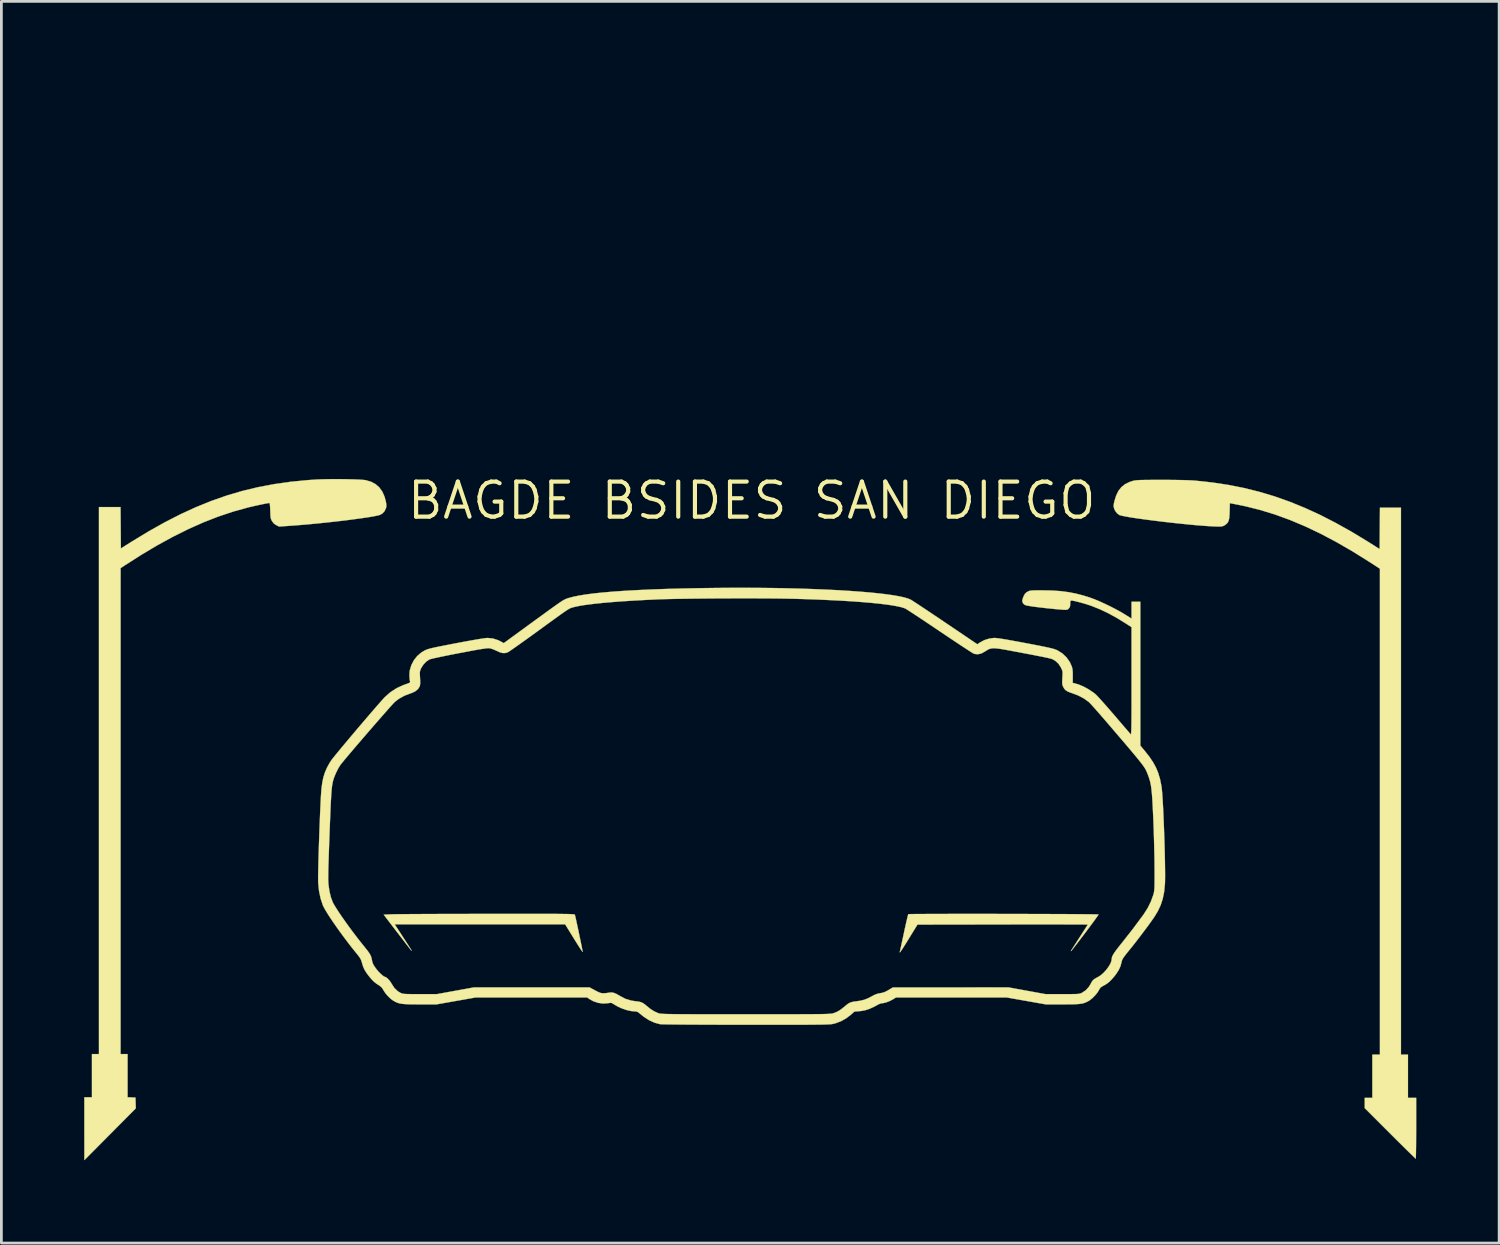
<source format=kicad_pcb>
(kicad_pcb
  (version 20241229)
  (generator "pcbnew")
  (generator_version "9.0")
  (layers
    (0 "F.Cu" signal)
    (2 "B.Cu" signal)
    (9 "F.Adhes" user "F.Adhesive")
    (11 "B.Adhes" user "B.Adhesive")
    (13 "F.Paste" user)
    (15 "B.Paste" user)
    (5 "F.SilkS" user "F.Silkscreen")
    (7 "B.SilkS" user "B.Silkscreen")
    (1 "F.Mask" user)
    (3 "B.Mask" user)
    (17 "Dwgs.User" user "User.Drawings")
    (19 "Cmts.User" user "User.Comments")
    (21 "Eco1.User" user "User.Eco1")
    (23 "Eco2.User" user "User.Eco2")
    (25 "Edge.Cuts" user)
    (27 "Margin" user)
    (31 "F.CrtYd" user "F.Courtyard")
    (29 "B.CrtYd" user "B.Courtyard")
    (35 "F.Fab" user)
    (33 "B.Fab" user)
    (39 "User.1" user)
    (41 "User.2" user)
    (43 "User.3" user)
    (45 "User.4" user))
  (footprint "BAGDE BSIDES SAN DIEGO"
    (layer "F.Cu")
    (at 24.177 15.083)
    (property "Reference" "BAGDE BSIDES SAN DIEGO" (at 0 0 0) (layer "F.SilkS") (effects (font (size 1.27 1.27) (thickness 0.15))))
    (attr through_hole)
    (fp_poly (pts (xy -13.525 -9.483) (xy -13.758 -9.483) (xy -13.758 -10.287) (xy -13.525 -10.287) (xy -13.525 -9.483)) (stroke (width 0.01) (type solid)) (fill yes) (layer "F.Mask"))
    (fp_poly (pts (xy -13.525 -8.403) (xy -13.758 -8.403) (xy -13.758 -9.186) (xy -13.525 -9.186) (xy -13.525 -8.403)) (stroke (width 0.01) (type solid)) (fill yes) (layer "F.Mask"))
    (fp_poly (pts (xy -13.525 -7.303) (xy -13.758 -7.303) (xy -13.758 -8.107) (xy -13.525 -8.107) (xy -13.525 -7.303)) (stroke (width 0.01) (type solid)) (fill yes) (layer "F.Mask"))
    (fp_poly (pts (xy -13.525 -6.202) (xy -13.758 -6.202) (xy -13.758 -7.006) (xy -13.525 -7.006) (xy -13.525 -6.202)) (stroke (width 0.01) (type solid)) (fill yes) (layer "F.Mask"))
    (fp_poly (pts (xy -13.525 -6.202) (xy -13.758 -6.202) (xy -13.758 -7.006) (xy -13.525 -7.006) (xy -13.525 -6.202)) (stroke (width 0.01) (type solid)) (fill yes) (layer "F.Mask"))
    (fp_poly (pts (xy -13.525 -6.202) (xy -13.758 -6.202) (xy -13.758 -7.006) (xy -13.525 -7.006) (xy -13.525 -6.202)) (stroke (width 0.01) (type solid)) (fill yes) (layer "F.Mask"))
    (fp_poly (pts (xy -13.525 -5.122) (xy -13.758 -5.122) (xy -13.758 -5.905) (xy -13.525 -5.905) (xy -13.525 -5.122)) (stroke (width 0.01) (type solid)) (fill yes) (layer "F.Mask"))
    (fp_poly (pts (xy -13.525 -4.022) (xy -13.758 -4.022) (xy -13.758 -4.826) (xy -13.525 -4.826) (xy -13.525 -4.022)) (stroke (width 0.01) (type solid)) (fill yes) (layer "F.Mask"))
    (fp_poly (pts (xy -13.525 -2.921) (xy -13.758 -2.921) (xy -13.758 -3.725) (xy -13.525 -3.725) (xy -13.525 -2.921)) (stroke (width 0.01) (type solid)) (fill yes) (layer "F.Mask"))
    (fp_poly (pts (xy -13.525 -2.921) (xy -13.758 -2.921) (xy -13.758 -3.725) (xy -13.525 -3.725) (xy -13.525 -2.921)) (stroke (width 0.01) (type solid)) (fill yes) (layer "F.Mask"))
    (fp_poly (pts (xy -13.525 -2.921) (xy -13.758 -2.921) (xy -13.758 -3.725) (xy -13.525 -3.725) (xy -13.525 -2.921)) (stroke (width 0.01) (type solid)) (fill yes) (layer "F.Mask"))
    (fp_poly (pts (xy -13.525 -2.921) (xy -13.758 -2.921) (xy -13.758 -3.725) (xy -13.525 -3.725) (xy -13.525 -2.921)) (stroke (width 0.01) (type solid)) (fill yes) (layer "F.Mask"))
    (fp_poly (pts (xy -13.525 -1.841) (xy -13.758 -1.841) (xy -13.758 -2.625) (xy -13.525 -2.625) (xy -13.525 -1.841)) (stroke (width 0.01) (type solid)) (fill yes) (layer "F.Mask"))
    (fp_poly (pts (xy -13.525 -0.741) (xy -13.758 -0.741) (xy -13.758 -1.545) (xy -13.525 -1.545) (xy -13.525 -0.741)) (stroke (width 0.01) (type solid)) (fill yes) (layer "F.Mask"))
    (fp_poly (pts (xy -13.166 -9.483) (xy -13.377 -9.483) (xy -13.377 -10.287) (xy -13.166 -10.287) (xy -13.166 -9.483)) (stroke (width 0.01) (type solid)) (fill yes) (layer "F.Mask"))
    (fp_poly (pts (xy -13.166 -9.483) (xy -13.377 -9.483) (xy -13.377 -10.287) (xy -13.166 -10.287) (xy -13.166 -9.483)) (stroke (width 0.01) (type solid)) (fill yes) (layer "F.Mask"))
    (fp_poly (pts (xy -13.166 -9.483) (xy -13.377 -9.483) (xy -13.377 -10.287) (xy -13.166 -10.287) (xy -13.166 -9.483)) (stroke (width 0.01) (type solid)) (fill yes) (layer "F.Mask"))
    (fp_poly (pts (xy -13.166 -8.403) (xy -13.377 -8.403) (xy -13.377 -9.186) (xy -13.166 -9.186) (xy -13.166 -8.403)) (stroke (width 0.01) (type solid)) (fill yes) (layer "F.Mask"))
    (fp_poly (pts (xy -13.166 -8.403) (xy -13.377 -8.403) (xy -13.377 -9.186) (xy -13.166 -9.186) (xy -13.166 -8.403)) (stroke (width 0.01) (type solid)) (fill yes) (layer "F.Mask"))
    (fp_poly (pts (xy -13.166 -7.303) (xy -13.377 -7.303) (xy -13.377 -8.107) (xy -13.166 -8.107) (xy -13.166 -7.303)) (stroke (width 0.01) (type solid)) (fill yes) (layer "F.Mask"))
    (fp_poly (pts (xy -13.166 -7.303) (xy -13.377 -7.303) (xy -13.377 -8.107) (xy -13.166 -8.107) (xy -13.166 -7.303)) (stroke (width 0.01) (type solid)) (fill yes) (layer "F.Mask"))
    (fp_poly (pts (xy -13.166 -6.202) (xy -13.377 -6.202) (xy -13.377 -7.006) (xy -13.166 -7.006) (xy -13.166 -6.202)) (stroke (width 0.01) (type solid)) (fill yes) (layer "F.Mask"))
    (fp_poly (pts (xy -13.166 -5.122) (xy -13.377 -5.122) (xy -13.377 -5.905) (xy -13.166 -5.905) (xy -13.166 -5.122)) (stroke (width 0.01) (type solid)) (fill yes) (layer "F.Mask"))
    (fp_poly (pts (xy -13.166 -5.122) (xy -13.377 -5.122) (xy -13.377 -5.905) (xy -13.166 -5.905) (xy -13.166 -5.122)) (stroke (width 0.01) (type solid)) (fill yes) (layer "F.Mask"))
    (fp_poly (pts (xy -13.166 -5.122) (xy -13.377 -5.122) (xy -13.377 -5.905) (xy -13.166 -5.905) (xy -13.166 -5.122)) (stroke (width 0.01) (type solid)) (fill yes) (layer "F.Mask"))
    (fp_poly (pts (xy -13.166 -4.022) (xy -13.377 -4.022) (xy -13.377 -4.826) (xy -13.166 -4.826) (xy -13.166 -4.022)) (stroke (width 0.01) (type solid)) (fill yes) (layer "F.Mask"))
    (fp_poly (pts (xy -13.166 -4.022) (xy -13.377 -4.022) (xy -13.377 -4.826) (xy -13.166 -4.826) (xy -13.166 -4.022)) (stroke (width 0.01) (type solid)) (fill yes) (layer "F.Mask"))
    (fp_poly (pts (xy -13.166 -2.921) (xy -13.377 -2.921) (xy -13.377 -3.725) (xy -13.166 -3.725) (xy -13.166 -2.921)) (stroke (width 0.01) (type solid)) (fill yes) (layer "F.Mask"))
    (fp_poly (pts (xy -13.166 -1.841) (xy -13.377 -1.841) (xy -13.377 -2.625) (xy -13.166 -2.625) (xy -13.166 -1.841)) (stroke (width 0.01) (type solid)) (fill yes) (layer "F.Mask"))
    (fp_poly (pts (xy -13.166 -0.741) (xy -13.377 -0.741) (xy -13.377 -1.545) (xy -13.166 -1.545) (xy -13.166 -0.741)) (stroke (width 0.01) (type solid)) (fill yes) (layer "F.Mask"))
    (fp_poly (pts (xy -13.166 1.439) (xy -13.377 1.439) (xy -13.377 0.656) (xy -13.166 0.656) (xy -13.166 1.439)) (stroke (width 0.01) (type solid)) (fill yes) (layer "F.Mask"))
    (fp_poly (pts (xy -11.345 -8.403) (xy -11.578 -8.403) (xy -11.578 -9.186) (xy -11.345 -9.186) (xy -11.345 -8.403)) (stroke (width 0.01) (type solid)) (fill yes) (layer "F.Mask"))
    (fp_poly (pts (xy -11.345 -7.303) (xy -11.578 -7.303) (xy -11.578 -8.107) (xy -11.345 -8.107) (xy -11.345 -7.303)) (stroke (width 0.01) (type solid)) (fill yes) (layer "F.Mask"))
    (fp_poly (pts (xy -11.345 -5.122) (xy -11.578 -5.122) (xy -11.578 -5.905) (xy -11.345 -5.905) (xy -11.345 -5.122)) (stroke (width 0.01) (type solid)) (fill yes) (layer "F.Mask"))
    (fp_poly (pts (xy -11.345 -5.122) (xy -11.578 -5.122) (xy -11.578 -5.905) (xy -11.345 -5.905) (xy -11.345 -5.122)) (stroke (width 0.01) (type solid)) (fill yes) (layer "F.Mask"))
    (fp_poly (pts (xy -11.345 -4.022) (xy -11.578 -4.022) (xy -11.578 -4.826) (xy -11.345 -4.826) (xy -11.345 -4.022)) (stroke (width 0.01) (type solid)) (fill yes) (layer "F.Mask"))
    (fp_poly (pts (xy -11.345 -4.022) (xy -11.578 -4.022) (xy -11.578 -4.826) (xy -11.345 -4.826) (xy -11.345 -4.022)) (stroke (width 0.01) (type solid)) (fill yes) (layer "F.Mask"))
    (fp_poly (pts (xy -11.345 -4.022) (xy -11.578 -4.022) (xy -11.578 -4.826) (xy -11.345 -4.826) (xy -11.345 -4.022)) (stroke (width 0.01) (type solid)) (fill yes) (layer "F.Mask"))
    (fp_poly (pts (xy -11.345 -4.022) (xy -11.578 -4.022) (xy -11.578 -4.826) (xy -11.345 -4.826) (xy -11.345 -4.022)) (stroke (width 0.01) (type solid)) (fill yes) (layer "F.Mask"))
    (fp_poly (pts (xy -11.345 -1.841) (xy -11.578 -1.841) (xy -11.578 -2.625) (xy -11.345 -2.625) (xy -11.345 -1.841)) (stroke (width 0.01) (type solid)) (fill yes) (layer "F.Mask"))
    (fp_poly (pts (xy -11.345 -1.841) (xy -11.578 -1.841) (xy -11.578 -2.625) (xy -11.345 -2.625) (xy -11.345 -1.841)) (stroke (width 0.01) (type solid)) (fill yes) (layer "F.Mask"))
    (fp_poly (pts (xy -11.345 -1.841) (xy -11.578 -1.841) (xy -11.578 -2.625) (xy -11.345 -2.625) (xy -11.345 -1.841)) (stroke (width 0.01) (type solid)) (fill yes) (layer "F.Mask"))
    (fp_poly (pts (xy -11.345 -1.841) (xy -11.578 -1.841) (xy -11.578 -2.625) (xy -11.345 -2.625) (xy -11.345 -1.841)) (stroke (width 0.01) (type solid)) (fill yes) (layer "F.Mask"))
    (fp_poly (pts (xy -11.345 -0.741) (xy -11.578 -0.741) (xy -11.578 -1.545) (xy -11.345 -1.545) (xy -11.345 -0.741)) (stroke (width 0.01) (type solid)) (fill yes) (layer "F.Mask"))
    (fp_poly (pts (xy -11.345 -0.741) (xy -11.578 -0.741) (xy -11.578 -1.545) (xy -11.345 -1.545) (xy -11.345 -0.741)) (stroke (width 0.01) (type solid)) (fill yes) (layer "F.Mask"))
    (fp_poly (pts (xy -11.345 1.439) (xy -11.578 1.439) (xy -11.578 0.656) (xy -11.345 0.656) (xy -11.345 1.439)) (stroke (width 0.01) (type solid)) (fill yes) (layer "F.Mask"))
    (fp_poly (pts (xy -11.345 1.439) (xy -11.578 1.439) (xy -11.578 0.656) (xy -11.345 0.656) (xy -11.345 1.439)) (stroke (width 0.01) (type solid)) (fill yes) (layer "F.Mask"))
    (fp_poly (pts (xy -10.975 -8.096) (xy -10.963 -7.303) (xy -11.197 -7.303) (xy -11.197 -8.109) (xy -10.975 -8.096)) (stroke (width 0.01) (type solid)) (fill yes) (layer "F.Mask"))
    (fp_poly (pts (xy -10.975 -8.096) (xy -10.963 -7.303) (xy -11.197 -7.303) (xy -11.197 -8.109) (xy -10.975 -8.096)) (stroke (width 0.01) (type solid)) (fill yes) (layer "F.Mask"))
    (fp_poly (pts (xy -10.975 -4.815) (xy -10.963 -4.022) (xy -11.197 -4.022) (xy -11.197 -4.828) (xy -10.975 -4.815)) (stroke (width 0.01) (type solid)) (fill yes) (layer "F.Mask"))
    (fp_poly (pts (xy -10.975 -4.815) (xy -10.963 -4.022) (xy -11.197 -4.022) (xy -11.197 -4.828) (xy -10.975 -4.815)) (stroke (width 0.01) (type solid)) (fill yes) (layer "F.Mask"))
    (fp_poly (pts (xy -10.975 -2.932) (xy -11.197 -2.919) (xy -11.197 -3.725) (xy -10.963 -3.725) (xy -10.975 -2.932)) (stroke (width 0.01) (type solid)) (fill yes) (layer "F.Mask"))
    (fp_poly (pts (xy -10.975 -2.932) (xy -11.197 -2.919) (xy -11.197 -3.725) (xy -10.963 -3.725) (xy -10.975 -2.932)) (stroke (width 0.01) (type solid)) (fill yes) (layer "F.Mask"))
    (fp_poly (pts (xy -10.964 -8.403) (xy -11.197 -8.403) (xy -11.197 -9.186) (xy -10.964 -9.186) (xy -10.964 -8.403)) (stroke (width 0.01) (type solid)) (fill yes) (layer "F.Mask"))
    (fp_poly (pts (xy -10.964 -8.403) (xy -11.197 -8.403) (xy -11.197 -9.186) (xy -10.964 -9.186) (xy -10.964 -8.403)) (stroke (width 0.01) (type solid)) (fill yes) (layer "F.Mask"))
    (fp_poly (pts (xy -10.964 -5.122) (xy -11.197 -5.122) (xy -11.197 -5.905) (xy -10.964 -5.905) (xy -10.964 -5.122)) (stroke (width 0.01) (type solid)) (fill yes) (layer "F.Mask"))
    (fp_poly (pts (xy -10.964 -5.122) (xy -11.197 -5.122) (xy -11.197 -5.905) (xy -10.964 -5.905) (xy -10.964 -5.122)) (stroke (width 0.01) (type solid)) (fill yes) (layer "F.Mask"))
    (fp_poly (pts (xy -10.964 -1.841) (xy -11.197 -1.841) (xy -11.197 -2.625) (xy -10.964 -2.625) (xy -10.964 -1.841)) (stroke (width 0.01) (type solid)) (fill yes) (layer "F.Mask"))
    (fp_poly (pts (xy -10.964 -1.841) (xy -11.197 -1.841) (xy -11.197 -2.625) (xy -10.964 -2.625) (xy -10.964 -1.841)) (stroke (width 0.01) (type solid)) (fill yes) (layer "F.Mask"))
    (fp_poly (pts (xy -10.964 1.439) (xy -11.197 1.439) (xy -11.197 0.656) (xy -10.964 0.656) (xy -10.964 1.439)) (stroke (width 0.01) (type solid)) (fill yes) (layer "F.Mask"))
    (fp_poly (pts (xy -10.964 1.439) (xy -11.197 1.439) (xy -11.197 0.656) (xy -10.964 0.656) (xy -10.964 1.439)) (stroke (width 0.01) (type solid)) (fill yes) (layer "F.Mask"))
    (fp_poly (pts (xy -9.081 -2.053) (xy -9.906 -2.053) (xy -9.906 -2.371) (xy -9.081 -2.371) (xy -9.081 -2.053)) (stroke (width 0.01) (type solid)) (fill yes) (layer "F.Mask"))
    (fp_poly (pts (xy -9.081 -2.053) (xy -9.906 -2.053) (xy -9.906 -2.371) (xy -9.081 -2.371) (xy -9.081 -2.053)) (stroke (width 0.01) (type solid)) (fill yes) (layer "F.Mask"))
    (fp_poly (pts (xy -9.081 -1.524) (xy -9.906 -1.524) (xy -9.906 -1.841) (xy -9.081 -1.841) (xy -9.081 -1.524)) (stroke (width 0.01) (type solid)) (fill yes) (layer "F.Mask"))
    (fp_poly (pts (xy -9.081 -1.524) (xy -9.906 -1.524) (xy -9.906 -1.841) (xy -9.081 -1.841) (xy -9.081 -1.524)) (stroke (width 0.01) (type solid)) (fill yes) (layer "F.Mask"))
    (fp_poly (pts (xy -9.081 -1.016) (xy -9.906 -1.016) (xy -9.906 -1.333) (xy -9.081 -1.333) (xy -9.081 -1.016)) (stroke (width 0.01) (type solid)) (fill yes) (layer "F.Mask"))
    (fp_poly (pts (xy -9.081 -1.016) (xy -9.906 -1.016) (xy -9.906 -1.333) (xy -9.081 -1.333) (xy -9.081 -1.016)) (stroke (width 0.01) (type solid)) (fill yes) (layer "F.Mask"))
    (fp_poly (pts (xy -9.081 -0.487) (xy -9.906 -0.487) (xy -9.906 -0.804) (xy -9.081 -0.804) (xy -9.081 -0.487)) (stroke (width 0.01) (type solid)) (fill yes) (layer "F.Mask"))
    (fp_poly (pts (xy -9.081 -0.487) (xy -9.906 -0.487) (xy -9.906 -0.804) (xy -9.081 -0.804) (xy -9.081 -0.487)) (stroke (width 0.01) (type solid)) (fill yes) (layer "F.Mask"))
    (fp_poly (pts (xy -8.149 -5.016) (xy -8.869 -5.016) (xy -8.869 -5.334) (xy -8.149 -5.334) (xy -8.149 -5.016)) (stroke (width 0.01) (type solid)) (fill yes) (layer "F.Mask"))
    (fp_poly (pts (xy -8.149 -5.016) (xy -8.869 -5.016) (xy -8.869 -5.334) (xy -8.149 -5.334) (xy -8.149 -5.016)) (stroke (width 0.01) (type solid)) (fill yes) (layer "F.Mask"))
    (fp_poly (pts (xy -8.149 -0.487) (xy -8.869 -0.487) (xy -8.869 -0.804) (xy -8.149 -0.804) (xy -8.149 -0.487)) (stroke (width 0.01) (type solid)) (fill yes) (layer "F.Mask"))
    (fp_poly (pts (xy -8.149 -0.487) (xy -8.869 -0.487) (xy -8.869 -0.804) (xy -8.149 -0.804) (xy -8.149 -0.487)) (stroke (width 0.01) (type solid)) (fill yes) (layer "F.Mask"))
    (fp_poly (pts (xy -8.149 -0.487) (xy -8.869 -0.487) (xy -8.869 -0.804) (xy -8.149 -0.804) (xy -8.149 -0.487)) (stroke (width 0.01) (type solid)) (fill yes) (layer "F.Mask"))
    (fp_poly (pts (xy -8.149 -0.487) (xy -8.869 -0.487) (xy -8.869 -0.804) (xy -8.149 -0.804) (xy -8.149 -0.487)) (stroke (width 0.01) (type solid)) (fill yes) (layer "F.Mask"))
    (fp_poly (pts (xy -8.065 -7.07) (xy -8.869 -7.07) (xy -8.869 -7.387) (xy -8.065 -7.387) (xy -8.065 -7.07)) (stroke (width 0.01) (type solid)) (fill yes) (layer "F.Mask"))
    (fp_poly (pts (xy -8.065 -7.07) (xy -8.869 -7.07) (xy -8.869 -7.387) (xy -8.065 -7.387) (xy -8.065 -7.07)) (stroke (width 0.01) (type solid)) (fill yes) (layer "F.Mask"))
    (fp_poly (pts (xy -8.065 -7.07) (xy -8.869 -7.07) (xy -8.869 -7.387) (xy -8.065 -7.387) (xy -8.065 -7.07)) (stroke (width 0.01) (type solid)) (fill yes) (layer "F.Mask"))
    (fp_poly (pts (xy -8.065 -7.07) (xy -8.869 -7.07) (xy -8.869 -7.387) (xy -8.065 -7.387) (xy -8.065 -7.07)) (stroke (width 0.01) (type solid)) (fill yes) (layer "F.Mask"))
    (fp_poly (pts (xy -8.065 -6.562) (xy -8.869 -6.562) (xy -8.869 -6.879) (xy -8.065 -6.879) (xy -8.065 -6.562)) (stroke (width 0.01) (type solid)) (fill yes) (layer "F.Mask"))
    (fp_poly (pts (xy -8.065 -6.562) (xy -8.869 -6.562) (xy -8.869 -6.879) (xy -8.065 -6.879) (xy -8.065 -6.562)) (stroke (width 0.01) (type solid)) (fill yes) (layer "F.Mask"))
    (fp_poly (pts (xy -8.065 -6.562) (xy -8.869 -6.562) (xy -8.869 -6.879) (xy -8.065 -6.879) (xy -8.065 -6.562)) (stroke (width 0.01) (type solid)) (fill yes) (layer "F.Mask"))
    (fp_poly (pts (xy -8.065 -6.562) (xy -8.869 -6.562) (xy -8.869 -6.879) (xy -8.065 -6.879) (xy -8.065 -6.562)) (stroke (width 0.01) (type solid)) (fill yes) (layer "F.Mask"))
    (fp_poly (pts (xy -8.065 -6.054) (xy -8.869 -6.054) (xy -8.869 -6.371) (xy -8.065 -6.371) (xy -8.065 -6.054)) (stroke (width 0.01) (type solid)) (fill yes) (layer "F.Mask"))
    (fp_poly (pts (xy -8.065 -6.054) (xy -8.869 -6.054) (xy -8.869 -6.371) (xy -8.065 -6.371) (xy -8.065 -6.054)) (stroke (width 0.01) (type solid)) (fill yes) (layer "F.Mask"))
    (fp_poly (pts (xy -8.065 -6.054) (xy -8.869 -6.054) (xy -8.869 -6.371) (xy -8.065 -6.371) (xy -8.065 -6.054)) (stroke (width 0.01) (type solid)) (fill yes) (layer "F.Mask"))
    (fp_poly (pts (xy -8.065 -6.054) (xy -8.869 -6.054) (xy -8.869 -6.371) (xy -8.065 -6.371) (xy -8.065 -6.054)) (stroke (width 0.01) (type solid)) (fill yes) (layer "F.Mask"))
    (fp_poly (pts (xy -8.043 -2.053) (xy -8.869 -2.053) (xy -8.869 -2.371) (xy -8.043 -2.371) (xy -8.043 -2.053)) (stroke (width 0.01) (type solid)) (fill yes) (layer "F.Mask"))
    (fp_poly (pts (xy -8.043 -2.053) (xy -8.869 -2.053) (xy -8.869 -2.371) (xy -8.043 -2.371) (xy -8.043 -2.053)) (stroke (width 0.01) (type solid)) (fill yes) (layer "F.Mask"))
    (fp_poly (pts (xy -8.043 -2.053) (xy -8.869 -2.053) (xy -8.869 -2.371) (xy -8.043 -2.371) (xy -8.043 -2.053)) (stroke (width 0.01) (type solid)) (fill yes) (layer "F.Mask"))
    (fp_poly (pts (xy -8.043 -2.053) (xy -8.869 -2.053) (xy -8.869 -2.371) (xy -8.043 -2.371) (xy -8.043 -2.053)) (stroke (width 0.01) (type solid)) (fill yes) (layer "F.Mask"))
    (fp_poly (pts (xy -8.043 -1.524) (xy -8.869 -1.524) (xy -8.869 -1.841) (xy -8.043 -1.841) (xy -8.043 -1.524)) (stroke (width 0.01) (type solid)) (fill yes) (layer "F.Mask"))
    (fp_poly (pts (xy -8.043 -1.524) (xy -8.869 -1.524) (xy -8.869 -1.841) (xy -8.043 -1.841) (xy -8.043 -1.524)) (stroke (width 0.01) (type solid)) (fill yes) (layer "F.Mask"))
    (fp_poly (pts (xy -8.043 -1.524) (xy -8.869 -1.524) (xy -8.869 -1.841) (xy -8.043 -1.841) (xy -8.043 -1.524)) (stroke (width 0.01) (type solid)) (fill yes) (layer "F.Mask"))
    (fp_poly (pts (xy -8.043 -1.524) (xy -8.869 -1.524) (xy -8.869 -1.841) (xy -8.043 -1.841) (xy -8.043 -1.524)) (stroke (width 0.01) (type solid)) (fill yes) (layer "F.Mask"))
    (fp_poly (pts (xy -7.027 -7.07) (xy -7.832 -7.07) (xy -7.832 -7.387) (xy -7.027 -7.387) (xy -7.027 -7.07)) (stroke (width 0.01) (type solid)) (fill yes) (layer "F.Mask"))
    (fp_poly (pts (xy -7.027 -7.07) (xy -7.832 -7.07) (xy -7.832 -7.387) (xy -7.027 -7.387) (xy -7.027 -7.07)) (stroke (width 0.01) (type solid)) (fill yes) (layer "F.Mask"))
    (fp_poly (pts (xy -7.027 -7.07) (xy -7.832 -7.07) (xy -7.832 -7.387) (xy -7.027 -7.387) (xy -7.027 -7.07)) (stroke (width 0.01) (type solid)) (fill yes) (layer "F.Mask"))
    (fp_poly (pts (xy -7.027 -7.07) (xy -7.832 -7.07) (xy -7.832 -7.387) (xy -7.027 -7.387) (xy -7.027 -7.07)) (stroke (width 0.01) (type solid)) (fill yes) (layer "F.Mask"))
    (fp_poly (pts (xy -7.027 1.058) (xy -7.853 1.058) (xy -7.853 0.741) (xy -7.027 0.741) (xy -7.027 1.058)) (stroke (width 0.01) (type solid)) (fill yes) (layer "F.Mask"))
    (fp_poly (pts (xy -7.027 1.058) (xy -7.853 1.058) (xy -7.853 0.741) (xy -7.027 0.741) (xy -7.027 1.058)) (stroke (width 0.01) (type solid)) (fill yes) (layer "F.Mask"))
    (fp_poly (pts (xy -7.027 1.058) (xy -7.853 1.058) (xy -7.853 0.741) (xy -7.027 0.741) (xy -7.027 1.058)) (stroke (width 0.01) (type solid)) (fill yes) (layer "F.Mask"))
    (fp_poly (pts (xy -7.027 1.058) (xy -7.853 1.058) (xy -7.853 0.741) (xy -7.027 0.741) (xy -7.027 1.058)) (stroke (width 0.01) (type solid)) (fill yes) (layer "F.Mask"))
    (fp_poly (pts (xy -7.006 -3.598) (xy -7.832 -3.598) (xy -7.832 -3.916) (xy -7.006 -3.916) (xy -7.006 -3.598)) (stroke (width 0.01) (type solid)) (fill yes) (layer "F.Mask"))
    (fp_poly (pts (xy -7.006 -3.598) (xy -7.832 -3.598) (xy -7.832 -3.916) (xy -7.006 -3.916) (xy -7.006 -3.598)) (stroke (width 0.01) (type solid)) (fill yes) (layer "F.Mask"))
    (fp_poly (pts (xy -7.006 -3.598) (xy -7.832 -3.598) (xy -7.832 -3.916) (xy -7.006 -3.916) (xy -7.006 -3.598)) (stroke (width 0.01) (type solid)) (fill yes) (layer "F.Mask"))
    (fp_poly (pts (xy -7.006 -3.598) (xy -7.832 -3.598) (xy -7.832 -3.916) (xy -7.006 -3.916) (xy -7.006 -3.598)) (stroke (width 0.01) (type solid)) (fill yes) (layer "F.Mask"))
    (fp_poly (pts (xy -7.006 -3.09) (xy -7.832 -3.09) (xy -7.832 -3.408) (xy -7.006 -3.408) (xy -7.006 -3.09)) (stroke (width 0.01) (type solid)) (fill yes) (layer "F.Mask"))
    (fp_poly (pts (xy -7.006 -3.09) (xy -7.832 -3.09) (xy -7.832 -3.408) (xy -7.006 -3.408) (xy -7.006 -3.09)) (stroke (width 0.01) (type solid)) (fill yes) (layer "F.Mask"))
    (fp_poly (pts (xy -7.006 -3.09) (xy -7.832 -3.09) (xy -7.832 -3.408) (xy -7.006 -3.408) (xy -7.006 -3.09)) (stroke (width 0.01) (type solid)) (fill yes) (layer "F.Mask"))
    (fp_poly (pts (xy -7.006 -3.09) (xy -7.832 -3.09) (xy -7.832 -3.408) (xy -7.006 -3.408) (xy -7.006 -3.09)) (stroke (width 0.01) (type solid)) (fill yes) (layer "F.Mask"))
    (fp_poly (pts (xy -7.006 -2.561) (xy -7.832 -2.561) (xy -7.832 -2.879) (xy -7.006 -2.879) (xy -7.006 -2.561)) (stroke (width 0.01) (type solid)) (fill yes) (layer "F.Mask"))
    (fp_poly (pts (xy -7.006 -2.561) (xy -7.832 -2.561) (xy -7.832 -2.879) (xy -7.006 -2.879) (xy -7.006 -2.561)) (stroke (width 0.01) (type solid)) (fill yes) (layer "F.Mask"))
    (fp_poly (pts (xy -7.006 -2.561) (xy -7.832 -2.561) (xy -7.832 -2.879) (xy -7.006 -2.879) (xy -7.006 -2.561)) (stroke (width 0.01) (type solid)) (fill yes) (layer "F.Mask"))
    (fp_poly (pts (xy -7.006 -2.561) (xy -7.832 -2.561) (xy -7.832 -2.879) (xy -7.006 -2.879) (xy -7.006 -2.561)) (stroke (width 0.01) (type solid)) (fill yes) (layer "F.Mask"))
    (fp_poly (pts (xy -7.006 -2.053) (xy -7.832 -2.053) (xy -7.832 -2.371) (xy -7.006 -2.371) (xy -7.006 -2.053)) (stroke (width 0.01) (type solid)) (fill yes) (layer "F.Mask"))
    (fp_poly (pts (xy -7.006 -2.053) (xy -7.832 -2.053) (xy -7.832 -2.371) (xy -7.006 -2.371) (xy -7.006 -2.053)) (stroke (width 0.01) (type solid)) (fill yes) (layer "F.Mask"))
    (fp_poly (pts (xy -7.006 -2.053) (xy -7.832 -2.053) (xy -7.832 -2.371) (xy -7.006 -2.371) (xy -7.006 -2.053)) (stroke (width 0.01) (type solid)) (fill yes) (layer "F.Mask"))
    (fp_poly (pts (xy -7.006 -2.053) (xy -7.832 -2.053) (xy -7.832 -2.371) (xy -7.006 -2.371) (xy -7.006 -2.053)) (stroke (width 0.01) (type solid)) (fill yes) (layer "F.Mask"))
    (fp_poly (pts (xy -5.99 1.058) (xy -6.816 1.058) (xy -6.816 0.741) (xy -5.99 0.741) (xy -5.99 1.058)) (stroke (width 0.01) (type solid)) (fill yes) (layer "F.Mask"))
    (fp_poly (pts (xy -5.99 1.058) (xy -6.816 1.058) (xy -6.816 0.741) (xy -5.99 0.741) (xy -5.99 1.058)) (stroke (width 0.01) (type solid)) (fill yes) (layer "F.Mask"))
    (fp_poly (pts (xy -5.99 1.058) (xy -6.816 1.058) (xy -6.816 0.741) (xy -5.99 0.741) (xy -5.99 1.058)) (stroke (width 0.01) (type solid)) (fill yes) (layer "F.Mask"))
    (fp_poly (pts (xy -5.99 1.058) (xy -6.816 1.058) (xy -6.816 0.741) (xy -5.99 0.741) (xy -5.99 1.058)) (stroke (width 0.01) (type solid)) (fill yes) (layer "F.Mask"))
    (fp_poly (pts (xy -5.969 -8.128) (xy -6.795 -8.128) (xy -6.795 -8.445) (xy -5.969 -8.445) (xy -5.969 -8.128)) (stroke (width 0.01) (type solid)) (fill yes) (layer "F.Mask"))
    (fp_poly (pts (xy -5.969 -8.128) (xy -6.795 -8.128) (xy -6.795 -8.445) (xy -5.969 -8.445) (xy -5.969 -8.128)) (stroke (width 0.01) (type solid)) (fill yes) (layer "F.Mask"))
    (fp_poly (pts (xy -5.969 -8.128) (xy -6.795 -8.128) (xy -6.795 -8.445) (xy -5.969 -8.445) (xy -5.969 -8.128)) (stroke (width 0.01) (type solid)) (fill yes) (layer "F.Mask"))
    (fp_poly (pts (xy -5.969 -8.128) (xy -6.795 -8.128) (xy -6.795 -8.445) (xy -5.969 -8.445) (xy -5.969 -8.128)) (stroke (width 0.01) (type solid)) (fill yes) (layer "F.Mask"))
    (fp_poly (pts (xy -5.969 -3.598) (xy -6.795 -3.598) (xy -6.795 -3.916) (xy -5.969 -3.916) (xy -5.969 -3.598)) (stroke (width 0.01) (type solid)) (fill yes) (layer "F.Mask"))
    (fp_poly (pts (xy -5.969 -3.598) (xy -6.795 -3.598) (xy -6.795 -3.916) (xy -5.969 -3.916) (xy -5.969 -3.598)) (stroke (width 0.01) (type solid)) (fill yes) (layer "F.Mask"))
    (fp_poly (pts (xy -5.969 -3.598) (xy -6.795 -3.598) (xy -6.795 -3.916) (xy -5.969 -3.916) (xy -5.969 -3.598)) (stroke (width 0.01) (type solid)) (fill yes) (layer "F.Mask"))
    (fp_poly (pts (xy -5.969 -3.598) (xy -6.795 -3.598) (xy -6.795 -3.916) (xy -5.969 -3.916) (xy -5.969 -3.598)) (stroke (width 0.01) (type solid)) (fill yes) (layer "F.Mask"))
    (fp_poly (pts (xy -5.969 -3.09) (xy -6.795 -3.09) (xy -6.795 -3.408) (xy -5.969 -3.408) (xy -5.969 -3.09)) (stroke (width 0.01) (type solid)) (fill yes) (layer "F.Mask"))
    (fp_poly (pts (xy -5.969 -3.09) (xy -6.795 -3.09) (xy -6.795 -3.408) (xy -5.969 -3.408) (xy -5.969 -3.09)) (stroke (width 0.01) (type solid)) (fill yes) (layer "F.Mask"))
    (fp_poly (pts (xy -5.969 -3.09) (xy -6.795 -3.09) (xy -6.795 -3.408) (xy -5.969 -3.408) (xy -5.969 -3.09)) (stroke (width 0.01) (type solid)) (fill yes) (layer "F.Mask"))
    (fp_poly (pts (xy -5.969 -3.09) (xy -6.795 -3.09) (xy -6.795 -3.408) (xy -5.969 -3.408) (xy -5.969 -3.09)) (stroke (width 0.01) (type solid)) (fill yes) (layer "F.Mask"))
    (fp_poly (pts (xy -4.942 -4.646) (xy -5.757 -4.635) (xy -5.757 -4.953) (xy -4.93 -4.953) (xy -4.942 -4.646)) (stroke (width 0.01) (type solid)) (fill yes) (layer "F.Mask"))
    (fp_poly (pts (xy -4.942 -4.646) (xy -5.757 -4.635) (xy -5.757 -4.953) (xy -4.93 -4.953) (xy -4.942 -4.646)) (stroke (width 0.01) (type solid)) (fill yes) (layer "F.Mask"))
    (fp_poly (pts (xy -4.942 1.577) (xy -5.757 1.588) (xy -5.757 1.27) (xy -4.93 1.27) (xy -4.942 1.577)) (stroke (width 0.01) (type solid)) (fill yes) (layer "F.Mask"))
    (fp_poly (pts (xy -4.942 1.577) (xy -5.757 1.588) (xy -5.757 1.27) (xy -4.93 1.27) (xy -4.942 1.577)) (stroke (width 0.01) (type solid)) (fill yes) (layer "F.Mask"))
    (fp_poly (pts (xy -4.932 -5.165) (xy -5.757 -5.165) (xy -5.757 -5.482) (xy -4.932 -5.482) (xy -4.932 -5.165)) (stroke (width 0.01) (type solid)) (fill yes) (layer "F.Mask"))
    (fp_poly (pts (xy -4.932 -5.165) (xy -5.757 -5.165) (xy -5.757 -5.482) (xy -4.932 -5.482) (xy -4.932 -5.165)) (stroke (width 0.01) (type solid)) (fill yes) (layer "F.Mask"))
    (fp_poly (pts (xy -4.932 -4.128) (xy -5.757 -4.128) (xy -5.757 -4.445) (xy -4.932 -4.445) (xy -4.932 -4.128)) (stroke (width 0.01) (type solid)) (fill yes) (layer "F.Mask"))
    (fp_poly (pts (xy -4.932 -4.128) (xy -5.757 -4.128) (xy -5.757 -4.445) (xy -4.932 -4.445) (xy -4.932 -4.128)) (stroke (width 0.01) (type solid)) (fill yes) (layer "F.Mask"))
    (fp_poly (pts (xy -4.932 0.021) (xy -5.757 0.021) (xy -5.757 -0.296) (xy -4.932 -0.296) (xy -4.932 0.021)) (stroke (width 0.01) (type solid)) (fill yes) (layer "F.Mask"))
    (fp_poly (pts (xy -4.932 0.021) (xy -5.757 0.021) (xy -5.757 -0.296) (xy -4.932 -0.296) (xy -4.932 0.021)) (stroke (width 0.01) (type solid)) (fill yes) (layer "F.Mask"))
    (fp_poly (pts (xy -4.932 1.058) (xy -5.757 1.058) (xy -5.757 0.741) (xy -4.932 0.741) (xy -4.932 1.058)) (stroke (width 0.01) (type solid)) (fill yes) (layer "F.Mask"))
    (fp_poly (pts (xy -4.932 1.058) (xy -5.757 1.058) (xy -5.757 0.741) (xy -4.932 0.741) (xy -4.932 1.058)) (stroke (width 0.01) (type solid)) (fill yes) (layer "F.Mask"))
    (fp_poly (pts (xy -4.932 1.058) (xy -5.757 1.058) (xy -5.757 0.741) (xy -4.932 0.741) (xy -4.932 1.058)) (stroke (width 0.01) (type solid)) (fill yes) (layer "F.Mask"))
    (fp_poly (pts (xy -4.932 1.058) (xy -5.757 1.058) (xy -5.757 0.741) (xy -4.932 0.741) (xy -4.932 1.058)) (stroke (width 0.01) (type solid)) (fill yes) (layer "F.Mask"))
    (fp_poly (pts (xy -4.932 2.095) (xy -5.757 2.095) (xy -5.757 1.778) (xy -4.932 1.778) (xy -4.932 2.095)) (stroke (width 0.01) (type solid)) (fill yes) (layer "F.Mask"))
    (fp_poly (pts (xy -4.932 2.095) (xy -5.757 2.095) (xy -5.757 1.778) (xy -4.932 1.778) (xy -4.932 2.095)) (stroke (width 0.01) (type solid)) (fill yes) (layer "F.Mask"))
    (fp_poly (pts (xy -4.932 3.133) (xy -5.757 3.133) (xy -5.757 2.815) (xy -4.932 2.815) (xy -4.932 3.133)) (stroke (width 0.01) (type solid)) (fill yes) (layer "F.Mask"))
    (fp_poly (pts (xy -4.932 3.133) (xy -5.757 3.133) (xy -5.757 2.815) (xy -4.932 2.815) (xy -4.932 3.133)) (stroke (width 0.01) (type solid)) (fill yes) (layer "F.Mask"))
    (fp_poly (pts (xy -3.895 -5.165) (xy -4.72 -5.165) (xy -4.72 -5.482) (xy -3.895 -5.482) (xy -3.895 -5.165)) (stroke (width 0.01) (type solid)) (fill yes) (layer "F.Mask"))
    (fp_poly (pts (xy -3.895 -5.165) (xy -4.72 -5.165) (xy -4.72 -5.482) (xy -3.895 -5.482) (xy -3.895 -5.165)) (stroke (width 0.01) (type solid)) (fill yes) (layer "F.Mask"))
    (fp_poly (pts (xy -3.895 -4.128) (xy -4.72 -4.128) (xy -4.72 -4.445) (xy -3.895 -4.445) (xy -3.895 -4.128)) (stroke (width 0.01) (type solid)) (fill yes) (layer "F.Mask"))
    (fp_poly (pts (xy -3.895 -4.128) (xy -4.72 -4.128) (xy -4.72 -4.445) (xy -3.895 -4.445) (xy -3.895 -4.128)) (stroke (width 0.01) (type solid)) (fill yes) (layer "F.Mask"))
    (fp_poly (pts (xy -3.895 0.021) (xy -4.72 0.021) (xy -4.72 -0.296) (xy -3.895 -0.296) (xy -3.895 0.021)) (stroke (width 0.01) (type solid)) (fill yes) (layer "F.Mask"))
    (fp_poly (pts (xy -3.895 0.021) (xy -4.72 0.021) (xy -4.72 -0.296) (xy -3.895 -0.296) (xy -3.895 0.021)) (stroke (width 0.01) (type solid)) (fill yes) (layer "F.Mask"))
    (fp_poly (pts (xy -3.895 1.058) (xy -4.72 1.058) (xy -4.72 0.741) (xy -3.895 0.741) (xy -3.895 1.058)) (stroke (width 0.01) (type solid)) (fill yes) (layer "F.Mask"))
    (fp_poly (pts (xy -3.895 1.058) (xy -4.72 1.058) (xy -4.72 0.741) (xy -3.895 0.741) (xy -3.895 1.058)) (stroke (width 0.01) (type solid)) (fill yes) (layer "F.Mask"))
    (fp_poly (pts (xy -3.895 2.095) (xy -4.72 2.095) (xy -4.72 1.778) (xy -3.895 1.778) (xy -3.895 2.095)) (stroke (width 0.01) (type solid)) (fill yes) (layer "F.Mask"))
    (fp_poly (pts (xy -3.895 2.095) (xy -4.72 2.095) (xy -4.72 1.778) (xy -3.895 1.778) (xy -3.895 2.095)) (stroke (width 0.01) (type solid)) (fill yes) (layer "F.Mask"))
    (fp_poly (pts (xy -3.895 3.133) (xy -4.72 3.133) (xy -4.72 2.815) (xy -3.895 2.815) (xy -3.895 3.133)) (stroke (width 0.01) (type solid)) (fill yes) (layer "F.Mask"))
    (fp_poly (pts (xy -3.895 3.133) (xy -4.72 3.133) (xy -4.72 2.815) (xy -3.895 2.815) (xy -3.895 3.133)) (stroke (width 0.01) (type solid)) (fill yes) (layer "F.Mask"))
    (fp_poly (pts (xy 2.095 -12.89) (xy 1.376 -12.89) (xy 1.376 -13.293) (xy 2.095 -13.293) (xy 2.095 -12.89)) (stroke (width 0.01) (type solid)) (fill yes) (layer "F.Mask"))
    (fp_poly (pts (xy 2.095 -12.298) (xy 1.376 -12.298) (xy 1.376 -12.721) (xy 2.095 -12.721) (xy 2.095 -12.298)) (stroke (width 0.01) (type solid)) (fill yes) (layer "F.Mask"))
    (fp_poly (pts (xy 2.095 -12.298) (xy 1.376 -12.298) (xy 1.376 -12.721) (xy 2.095 -12.721) (xy 2.095 -12.298)) (stroke (width 0.01) (type solid)) (fill yes) (layer "F.Mask"))
    (fp_poly (pts (xy 2.095 -12.298) (xy 1.376 -12.298) (xy 1.376 -12.721) (xy 2.095 -12.721) (xy 2.095 -12.298)) (stroke (width 0.01) (type solid)) (fill yes) (layer "F.Mask"))
    (fp_poly (pts (xy 2.095 -11.409) (xy 1.376 -11.409) (xy 1.376 -11.832) (xy 2.095 -11.832) (xy 2.095 -11.409)) (stroke (width 0.01) (type solid)) (fill yes) (layer "F.Mask"))
    (fp_poly (pts (xy 2.095 -11.409) (xy 1.376 -11.409) (xy 1.376 -11.832) (xy 2.095 -11.832) (xy 2.095 -11.409)) (stroke (width 0.01) (type solid)) (fill yes) (layer "F.Mask"))
    (fp_poly (pts (xy 2.095 -11.409) (xy 1.376 -11.409) (xy 1.376 -11.832) (xy 2.095 -11.832) (xy 2.095 -11.409)) (stroke (width 0.01) (type solid)) (fill yes) (layer "F.Mask"))
    (fp_poly (pts (xy 2.095 -10.816) (xy 1.376 -10.816) (xy 1.376 -11.239) (xy 2.095 -11.239) (xy 2.095 -10.816)) (stroke (width 0.01) (type solid)) (fill yes) (layer "F.Mask"))
    (fp_poly (pts (xy 2.095 -10.816) (xy 1.376 -10.816) (xy 1.376 -11.239) (xy 2.095 -11.239) (xy 2.095 -10.816)) (stroke (width 0.01) (type solid)) (fill yes) (layer "F.Mask"))
    (fp_poly (pts (xy 2.095 -10.816) (xy 1.376 -10.816) (xy 1.376 -11.239) (xy 2.095 -11.239) (xy 2.095 -10.816)) (stroke (width 0.01) (type solid)) (fill yes) (layer "F.Mask"))
    (fp_poly (pts (xy 2.095 -9.356) (xy 1.376 -9.356) (xy 1.376 -9.779) (xy 2.095 -9.779) (xy 2.095 -9.356)) (stroke (width 0.01) (type solid)) (fill yes) (layer "F.Mask"))
    (fp_poly (pts (xy 2.095 -9.356) (xy 1.376 -9.356) (xy 1.376 -9.779) (xy 2.095 -9.779) (xy 2.095 -9.356)) (stroke (width 0.01) (type solid)) (fill yes) (layer "F.Mask"))
    (fp_poly (pts (xy 2.095 -9.356) (xy 1.376 -9.356) (xy 1.376 -9.779) (xy 2.095 -9.779) (xy 2.095 -9.356)) (stroke (width 0.01) (type solid)) (fill yes) (layer "F.Mask"))
    (fp_poly (pts (xy 2.095 -9.356) (xy 1.376 -9.356) (xy 1.376 -9.779) (xy 2.095 -9.779) (xy 2.095 -9.356)) (stroke (width 0.01) (type solid)) (fill yes) (layer "F.Mask"))
    (fp_poly (pts (xy 2.095 -8.784) (xy 1.376 -8.784) (xy 1.376 -9.186) (xy 2.095 -9.186) (xy 2.095 -8.784)) (stroke (width 0.01) (type solid)) (fill yes) (layer "F.Mask"))
    (fp_poly (pts (xy 2.095 -8.191) (xy 1.376 -8.191) (xy 1.376 -8.615) (xy 2.095 -8.615) (xy 2.095 -8.191)) (stroke (width 0.01) (type solid)) (fill yes) (layer "F.Mask"))
    (fp_poly (pts (xy 2.095 -8.191) (xy 1.376 -8.191) (xy 1.376 -8.615) (xy 2.095 -8.615) (xy 2.095 -8.191)) (stroke (width 0.01) (type solid)) (fill yes) (layer "F.Mask"))
    (fp_poly (pts (xy 2.095 -8.191) (xy 1.376 -8.191) (xy 1.376 -8.615) (xy 2.095 -8.615) (xy 2.095 -8.191)) (stroke (width 0.01) (type solid)) (fill yes) (layer "F.Mask"))
    (fp_poly (pts (xy 2.095 -7.281) (xy 1.376 -7.281) (xy 1.376 -7.684) (xy 2.095 -7.684) (xy 2.095 -7.281)) (stroke (width 0.01) (type solid)) (fill yes) (layer "F.Mask"))
    (fp_poly (pts (xy 2.095 -7.281) (xy 1.376 -7.281) (xy 1.376 -7.684) (xy 2.095 -7.684) (xy 2.095 -7.281)) (stroke (width 0.01) (type solid)) (fill yes) (layer "F.Mask"))
    (fp_poly (pts (xy 2.095 -6.689) (xy 1.376 -6.689) (xy 1.376 -7.112) (xy 2.095 -7.112) (xy 2.095 -6.689)) (stroke (width 0.01) (type solid)) (fill yes) (layer "F.Mask"))
    (fp_poly (pts (xy 3.133 -12.89) (xy 2.244 -12.89) (xy 2.244 -13.293) (xy 3.133 -13.293) (xy 3.133 -12.89)) (stroke (width 0.01) (type solid)) (fill yes) (layer "F.Mask"))
    (fp_poly (pts (xy 3.133 -12.298) (xy 2.244 -12.298) (xy 2.244 -12.721) (xy 3.133 -12.721) (xy 3.133 -12.298)) (stroke (width 0.01) (type solid)) (fill yes) (layer "F.Mask"))
    (fp_poly (pts (xy 3.133 -12.298) (xy 2.244 -12.298) (xy 2.244 -12.721) (xy 3.133 -12.721) (xy 3.133 -12.298)) (stroke (width 0.01) (type solid)) (fill yes) (layer "F.Mask"))
    (fp_poly (pts (xy 3.133 -11.409) (xy 2.244 -11.409) (xy 2.244 -11.832) (xy 3.133 -11.832) (xy 3.133 -11.409)) (stroke (width 0.01) (type solid)) (fill yes) (layer "F.Mask"))
    (fp_poly (pts (xy 3.133 -10.816) (xy 2.244 -10.816) (xy 2.244 -11.239) (xy 3.133 -11.239) (xy 3.133 -10.816)) (stroke (width 0.01) (type solid)) (fill yes) (layer "F.Mask"))
    (fp_poly (pts (xy 3.133 -9.356) (xy 2.244 -9.356) (xy 2.244 -9.779) (xy 3.133 -9.779) (xy 3.133 -9.356)) (stroke (width 0.01) (type solid)) (fill yes) (layer "F.Mask"))
    (fp_poly (pts (xy 3.133 -8.784) (xy 2.244 -8.784) (xy 2.244 -9.186) (xy 3.133 -9.186) (xy 3.133 -8.784)) (stroke (width 0.01) (type solid)) (fill yes) (layer "F.Mask"))
    (fp_poly (pts (xy 3.133 -8.784) (xy 2.244 -8.784) (xy 2.244 -9.186) (xy 3.133 -9.186) (xy 3.133 -8.784)) (stroke (width 0.01) (type solid)) (fill yes) (layer "F.Mask"))
    (fp_poly (pts (xy 3.133 -8.191) (xy 2.244 -8.191) (xy 2.244 -8.615) (xy 3.133 -8.615) (xy 3.133 -8.191)) (stroke (width 0.01) (type solid)) (fill yes) (layer "F.Mask"))
    (fp_poly (pts (xy 3.133 -7.281) (xy 2.244 -7.281) (xy 2.244 -7.684) (xy 3.133 -7.684) (xy 3.133 -7.281)) (stroke (width 0.01) (type solid)) (fill yes) (layer "F.Mask"))
    (fp_poly (pts (xy 3.133 -7.281) (xy 2.244 -7.281) (xy 2.244 -7.684) (xy 3.133 -7.684) (xy 3.133 -7.281)) (stroke (width 0.01) (type solid)) (fill yes) (layer "F.Mask"))
    (fp_poly (pts (xy 3.133 -6.689) (xy 2.244 -6.689) (xy 2.244 -7.112) (xy 3.133 -7.112) (xy 3.133 -6.689)) (stroke (width 0.01) (type solid)) (fill yes) (layer "F.Mask"))
    (fp_poly (pts (xy 3.133 -5.101) (xy 2.348 -5.101) (xy 2.36 -5.514) (xy 3.133 -5.525) (xy 3.133 -5.101)) (stroke (width 0.01) (type solid)) (fill yes) (layer "F.Mask"))
    (fp_poly (pts (xy 3.133 -4.508) (xy 2.349 -4.508) (xy 2.349 -4.932) (xy 3.133 -4.932) (xy 3.133 -4.508)) (stroke (width 0.01) (type solid)) (fill yes) (layer "F.Mask"))
    (fp_poly (pts (xy 3.133 -2.413) (xy 2.349 -2.413) (xy 2.349 -2.815) (xy 3.133 -2.815) (xy 3.133 -2.413)) (stroke (width 0.01) (type solid)) (fill yes) (layer "F.Mask"))
    (fp_poly (pts (xy 3.133 -1.82) (xy 2.348 -1.82) (xy 2.36 -2.233) (xy 3.133 -2.245) (xy 3.133 -1.82)) (stroke (width 0.01) (type solid)) (fill yes) (layer "F.Mask"))
    (fp_poly (pts (xy 3.133 -0.402) (xy 2.349 -0.402) (xy 2.349 -0.804) (xy 3.133 -0.804) (xy 3.133 -0.402)) (stroke (width 0.01) (type solid)) (fill yes) (layer "F.Mask"))
    (fp_poly (pts (xy 3.133 -0.402) (xy 2.349 -0.402) (xy 2.349 -0.804) (xy 3.133 -0.804) (xy 3.133 -0.402)) (stroke (width 0.01) (type solid)) (fill yes) (layer "F.Mask"))
    (fp_poly (pts (xy 3.133 -0.402) (xy 2.349 -0.402) (xy 2.349 -0.804) (xy 3.133 -0.804) (xy 3.133 -0.402)) (stroke (width 0.01) (type solid)) (fill yes) (layer "F.Mask"))
    (fp_poly (pts (xy 3.133 1.079) (xy 2.349 1.079) (xy 2.349 0.677) (xy 3.133 0.677) (xy 3.133 1.079)) (stroke (width 0.01) (type solid)) (fill yes) (layer "F.Mask"))
    (fp_poly (pts (xy 3.133 1.63) (xy 2.349 1.63) (xy 2.349 1.228) (xy 3.133 1.228) (xy 3.133 1.63)) (stroke (width 0.01) (type solid)) (fill yes) (layer "F.Mask"))
    (fp_poly (pts (xy 3.133 3.069) (xy 2.349 3.069) (xy 2.349 2.646) (xy 3.133 2.646) (xy 3.133 3.069)) (stroke (width 0.01) (type solid)) (fill yes) (layer "F.Mask"))
    (fp_poly (pts (xy 4.128 2.201) (xy 3.281 2.201) (xy 3.281 1.778) (xy 4.128 1.778) (xy 4.128 2.201)) (stroke (width 0.01) (type solid)) (fill yes) (layer "F.Mask"))
    (fp_poly (pts (xy 4.138 -13.473) (xy 3.281 -13.461) (xy 3.281 -13.885) (xy 4.15 -13.885) (xy 4.138 -13.473)) (stroke (width 0.01) (type solid)) (fill yes) (layer "F.Mask"))
    (fp_poly (pts (xy 4.138 -13.473) (xy 3.281 -13.461) (xy 3.281 -13.885) (xy 4.15 -13.885) (xy 4.138 -13.473)) (stroke (width 0.01) (type solid)) (fill yes) (layer "F.Mask"))
    (fp_poly (pts (xy 4.138 -7.101) (xy 4.15 -6.689) (xy 3.281 -6.689) (xy 3.281 -7.113) (xy 4.138 -7.101)) (stroke (width 0.01) (type solid)) (fill yes) (layer "F.Mask"))
    (fp_poly (pts (xy 4.138 -5.514) (xy 4.15 -5.101) (xy 3.281 -5.101) (xy 3.281 -5.525) (xy 4.138 -5.514)) (stroke (width 0.01) (type solid)) (fill yes) (layer "F.Mask"))
    (fp_poly (pts (xy 4.138 -5.514) (xy 4.15 -5.101) (xy 3.281 -5.101) (xy 3.281 -5.525) (xy 4.138 -5.514)) (stroke (width 0.01) (type solid)) (fill yes) (layer "F.Mask"))
    (fp_poly (pts (xy 4.138 -3.926) (xy 3.281 -3.915) (xy 3.281 -4.339) (xy 4.15 -4.339) (xy 4.138 -3.926)) (stroke (width 0.01) (type solid)) (fill yes) (layer "F.Mask"))
    (fp_poly (pts (xy 4.138 -2.233) (xy 4.15 -1.82) (xy 3.281 -1.82) (xy 3.281 -2.245) (xy 4.138 -2.233)) (stroke (width 0.01) (type solid)) (fill yes) (layer "F.Mask"))
    (fp_poly (pts (xy 4.138 -2.233) (xy 4.15 -1.82) (xy 3.281 -1.82) (xy 3.281 -2.245) (xy 4.138 -2.233)) (stroke (width 0.01) (type solid)) (fill yes) (layer "F.Mask"))
    (fp_poly (pts (xy 4.138 -0.222) (xy 4.15 0.191) (xy 3.281 0.191) (xy 3.281 -0.234) (xy 4.138 -0.222)) (stroke (width 0.01) (type solid)) (fill yes) (layer "F.Mask"))
    (fp_poly (pts (xy 4.149 -12.89) (xy 3.281 -12.89) (xy 3.281 -13.293) (xy 4.149 -13.293) (xy 4.149 -12.89)) (stroke (width 0.01) (type solid)) (fill yes) (layer "F.Mask"))
    (fp_poly (pts (xy 4.149 -12.298) (xy 3.281 -12.298) (xy 3.281 -12.721) (xy 4.149 -12.721) (xy 4.149 -12.298)) (stroke (width 0.01) (type solid)) (fill yes) (layer "F.Mask"))
    (fp_poly (pts (xy 4.149 -12.298) (xy 3.281 -12.298) (xy 3.281 -12.721) (xy 4.149 -12.721) (xy 4.149 -12.298)) (stroke (width 0.01) (type solid)) (fill yes) (layer "F.Mask"))
    (fp_poly (pts (xy 4.149 -11.409) (xy 3.281 -11.409) (xy 3.281 -11.832) (xy 4.149 -11.832) (xy 4.149 -11.409)) (stroke (width 0.01) (type solid)) (fill yes) (layer "F.Mask"))
    (fp_poly (pts (xy 4.149 -10.816) (xy 3.281 -10.816) (xy 3.281 -11.239) (xy 4.149 -11.239) (xy 4.149 -10.816)) (stroke (width 0.01) (type solid)) (fill yes) (layer "F.Mask"))
    (fp_poly (pts (xy 4.149 -8.784) (xy 3.281 -8.784) (xy 3.281 -9.186) (xy 4.149 -9.186) (xy 4.149 -8.784)) (stroke (width 0.01) (type solid)) (fill yes) (layer "F.Mask"))
    (fp_poly (pts (xy 4.149 -8.191) (xy 3.281 -8.191) (xy 3.281 -8.615) (xy 4.149 -8.615) (xy 4.149 -8.191)) (stroke (width 0.01) (type solid)) (fill yes) (layer "F.Mask"))
    (fp_poly (pts (xy 4.149 -7.281) (xy 3.281 -7.281) (xy 3.281 -7.684) (xy 4.149 -7.684) (xy 4.149 -7.281)) (stroke (width 0.01) (type solid)) (fill yes) (layer "F.Mask"))
    (fp_poly (pts (xy 4.149 -6.096) (xy 3.281 -6.096) (xy 3.281 -6.519) (xy 4.149 -6.519) (xy 4.149 -6.096)) (stroke (width 0.01) (type solid)) (fill yes) (layer "F.Mask"))
    (fp_poly (pts (xy 4.149 -4.508) (xy 3.281 -4.508) (xy 3.281 -4.932) (xy 4.149 -4.932) (xy 4.149 -4.508)) (stroke (width 0.01) (type solid)) (fill yes) (layer "F.Mask"))
    (fp_poly (pts (xy 4.149 -2.985) (xy 3.281 -2.985) (xy 3.281 -3.408) (xy 4.149 -3.408) (xy 4.149 -2.985)) (stroke (width 0.01) (type solid)) (fill yes) (layer "F.Mask"))
    (fp_poly (pts (xy 4.149 -2.413) (xy 3.281 -2.413) (xy 3.281 -2.815) (xy 4.149 -2.815) (xy 4.149 -2.413)) (stroke (width 0.01) (type solid)) (fill yes) (layer "F.Mask"))
    (fp_poly (pts (xy 4.149 -0.974) (xy 3.281 -0.974) (xy 3.281 -1.397) (xy 4.149 -1.397) (xy 4.149 -0.974)) (stroke (width 0.01) (type solid)) (fill yes) (layer "F.Mask"))
    (fp_poly (pts (xy 4.149 -0.974) (xy 3.281 -0.974) (xy 3.281 -1.397) (xy 4.149 -1.397) (xy 4.149 -0.974)) (stroke (width 0.01) (type solid)) (fill yes) (layer "F.Mask"))
    (fp_poly (pts (xy 4.149 -0.974) (xy 3.281 -0.974) (xy 3.281 -1.397) (xy 4.149 -1.397) (xy 4.149 -0.974)) (stroke (width 0.01) (type solid)) (fill yes) (layer "F.Mask"))
    (fp_poly (pts (xy 4.149 -0.974) (xy 3.281 -0.974) (xy 3.281 -1.397) (xy 4.149 -1.397) (xy 4.149 -0.974)) (stroke (width 0.01) (type solid)) (fill yes) (layer "F.Mask"))
    (fp_poly (pts (xy 4.149 -0.402) (xy 3.281 -0.402) (xy 3.281 -0.804) (xy 4.149 -0.804) (xy 4.149 -0.402)) (stroke (width 0.01) (type solid)) (fill yes) (layer "F.Mask"))
    (fp_poly (pts (xy 4.149 1.101) (xy 3.281 1.101) (xy 3.281 0.677) (xy 4.149 0.677) (xy 4.149 1.101)) (stroke (width 0.01) (type solid)) (fill yes) (layer "F.Mask"))
    (fp_poly (pts (xy 4.149 1.63) (xy 3.281 1.63) (xy 3.281 1.228) (xy 4.149 1.228) (xy 4.149 1.63)) (stroke (width 0.01) (type solid)) (fill yes) (layer "F.Mask"))
    (fp_poly (pts (xy 4.149 1.63) (xy 3.281 1.63) (xy 3.281 1.228) (xy 4.149 1.228) (xy 4.149 1.63)) (stroke (width 0.01) (type solid)) (fill yes) (layer "F.Mask"))
    (fp_poly (pts (xy 4.149 3.069) (xy 3.281 3.069) (xy 3.281 2.646) (xy 4.149 2.646) (xy 4.149 3.069)) (stroke (width 0.01) (type solid)) (fill yes) (layer "F.Mask"))
    (fp_poly (pts (xy 5.228 2.201) (xy 4.276 2.201) (xy 4.276 1.778) (xy 5.228 1.778) (xy 5.228 2.201)) (stroke (width 0.01) (type solid)) (fill yes) (layer "F.Mask"))
    (fp_poly (pts (xy 5.249 -12.89) (xy 4.297 -12.89) (xy 4.297 -13.293) (xy 5.249 -13.293) (xy 5.249 -12.89)) (stroke (width 0.01) (type solid)) (fill yes) (layer "F.Mask"))
    (fp_poly (pts (xy 5.249 -8.784) (xy 4.297 -8.784) (xy 4.297 -9.186) (xy 5.249 -9.186) (xy 5.249 -8.784)) (stroke (width 0.01) (type solid)) (fill yes) (layer "F.Mask"))
    (fp_poly (pts (xy 5.249 -8.784) (xy 4.297 -8.784) (xy 4.297 -9.186) (xy 5.249 -9.186) (xy 5.249 -8.784)) (stroke (width 0.01) (type solid)) (fill yes) (layer "F.Mask"))
    (fp_poly (pts (xy 5.249 -8.784) (xy 4.297 -8.784) (xy 4.297 -9.186) (xy 5.249 -9.186) (xy 5.249 -8.784)) (stroke (width 0.01) (type solid)) (fill yes) (layer "F.Mask"))
    (fp_poly (pts (xy 5.249 -7.281) (xy 4.297 -7.281) (xy 4.297 -7.684) (xy 5.249 -7.684) (xy 5.249 -7.281)) (stroke (width 0.01) (type solid)) (fill yes) (layer "F.Mask"))
    (fp_poly (pts (xy 5.249 -2.413) (xy 4.297 -2.413) (xy 4.297 -2.815) (xy 5.249 -2.815) (xy 5.249 -2.413)) (stroke (width 0.01) (type solid)) (fill yes) (layer "F.Mask"))
    (fp_poly (pts (xy 5.249 -0.402) (xy 4.297 -0.402) (xy 4.297 -0.804) (xy 5.249 -0.804) (xy 5.249 -0.402)) (stroke (width 0.01) (type solid)) (fill yes) (layer "F.Mask"))
    (fp_poly (pts (xy 5.249 -0.402) (xy 4.297 -0.402) (xy 4.297 -0.804) (xy 5.249 -0.804) (xy 5.249 -0.402)) (stroke (width 0.01) (type solid)) (fill yes) (layer "F.Mask"))
    (fp_poly (pts (xy 5.249 1.63) (xy 4.297 1.63) (xy 4.297 1.228) (xy 5.249 1.228) (xy 5.249 1.63)) (stroke (width 0.01) (type solid)) (fill yes) (layer "F.Mask"))
    (fp_poly (pts (xy 6.138 -12.89) (xy 5.376 -12.89) (xy 5.376 -13.293) (xy 6.138 -13.293) (xy 6.138 -12.89)) (stroke (width 0.01) (type solid)) (fill yes) (layer "F.Mask"))
    (fp_poly (pts (xy 6.138 -12.298) (xy 5.376 -12.298) (xy 5.376 -12.721) (xy 6.138 -12.721) (xy 6.138 -12.298)) (stroke (width 0.01) (type solid)) (fill yes) (layer "F.Mask"))
    (fp_poly (pts (xy 6.138 -11.409) (xy 5.376 -11.409) (xy 5.376 -11.832) (xy 6.138 -11.832) (xy 6.138 -11.409)) (stroke (width 0.01) (type solid)) (fill yes) (layer "F.Mask"))
    (fp_poly (pts (xy 6.138 -10.816) (xy 5.376 -10.816) (xy 5.376 -11.239) (xy 6.138 -11.239) (xy 6.138 -10.816)) (stroke (width 0.01) (type solid)) (fill yes) (layer "F.Mask"))
    (fp_poly (pts (xy 6.138 -10.816) (xy 5.376 -10.816) (xy 5.376 -11.239) (xy 6.138 -11.239) (xy 6.138 -10.816)) (stroke (width 0.01) (type solid)) (fill yes) (layer "F.Mask"))
    (fp_poly (pts (xy 6.138 -8.784) (xy 5.376 -8.784) (xy 5.376 -9.186) (xy 6.138 -9.186) (xy 6.138 -8.784)) (stroke (width 0.01) (type solid)) (fill yes) (layer "F.Mask"))
    (fp_poly (pts (xy 6.138 -8.191) (xy 5.376 -8.191) (xy 5.376 -8.615) (xy 6.138 -8.615) (xy 6.138 -8.191)) (stroke (width 0.01) (type solid)) (fill yes) (layer "F.Mask"))
    (fp_poly (pts (xy 6.138 -7.281) (xy 5.376 -7.281) (xy 5.376 -7.684) (xy 6.138 -7.684) (xy 6.138 -7.281)) (stroke (width 0.01) (type solid)) (fill yes) (layer "F.Mask"))
    (fp_poly (pts (xy 6.138 -7.281) (xy 5.376 -7.281) (xy 5.376 -7.684) (xy 6.138 -7.684) (xy 6.138 -7.281)) (stroke (width 0.01) (type solid)) (fill yes) (layer "F.Mask"))
    (fp_poly (pts (xy 6.138 -6.689) (xy 5.376 -6.689) (xy 5.376 -7.112) (xy 6.138 -7.112) (xy 6.138 -6.689)) (stroke (width 0.01) (type solid)) (fill yes) (layer "F.Mask"))
    (fp_poly (pts (xy 6.138 -6.096) (xy 5.376 -6.096) (xy 5.376 -6.519) (xy 6.138 -6.519) (xy 6.138 -6.096)) (stroke (width 0.01) (type solid)) (fill yes) (layer "F.Mask"))
    (fp_poly (pts (xy 6.138 -4.508) (xy 5.376 -4.508) (xy 5.376 -4.932) (xy 6.138 -4.932) (xy 6.138 -4.508)) (stroke (width 0.01) (type solid)) (fill yes) (layer "F.Mask"))
    (fp_poly (pts (xy 6.138 -2.985) (xy 5.376 -2.985) (xy 5.376 -3.408) (xy 6.138 -3.408) (xy 6.138 -2.985)) (stroke (width 0.01) (type solid)) (fill yes) (layer "F.Mask"))
    (fp_poly (pts (xy 6.138 -2.413) (xy 5.376 -2.413) (xy 5.376 -2.815) (xy 6.138 -2.815) (xy 6.138 -2.413)) (stroke (width 0.01) (type solid)) (fill yes) (layer "F.Mask"))
    (fp_poly (pts (xy 6.138 -0.974) (xy 5.376 -0.974) (xy 5.376 -1.397) (xy 6.138 -1.397) (xy 6.138 -0.974)) (stroke (width 0.01) (type solid)) (fill yes) (layer "F.Mask"))
    (fp_poly (pts (xy 6.138 -0.402) (xy 5.376 -0.402) (xy 5.376 -0.804) (xy 6.138 -0.804) (xy 6.138 -0.402)) (stroke (width 0.01) (type solid)) (fill yes) (layer "F.Mask"))
    (fp_poly (pts (xy 6.138 1.63) (xy 5.376 1.63) (xy 5.376 1.228) (xy 6.138 1.228) (xy 6.138 1.63)) (stroke (width 0.01) (type solid)) (fill yes) (layer "F.Mask"))
    (fp_poly (pts (xy 6.138 3.069) (xy 5.376 3.069) (xy 5.376 2.646) (xy 6.138 2.646) (xy 6.138 3.069)) (stroke (width 0.01) (type solid)) (fill yes) (layer "F.Mask"))
    (fp_poly (pts (xy 6.161 2.201) (xy 5.396 2.201) (xy 5.408 1.789) (xy 6.149 1.789) (xy 6.161 2.201)) (stroke (width 0.01) (type solid)) (fill yes) (layer "F.Mask"))
    (fp_poly (pts (xy -10.975 -9.493) (xy -11.086 -9.487) (xy -11.197 -9.48) (xy -11.197 -10.287) (xy -10.963 -10.287) (xy -10.975 -9.493)) (stroke (width 0.01) (type solid)) (fill yes) (layer "F.Mask"))
    (fp_poly (pts (xy -10.975 -6.212) (xy -11.086 -6.206) (xy -11.197 -6.2) (xy -11.197 -7.006) (xy -10.963 -7.006) (xy -10.975 -6.212)) (stroke (width 0.01) (type solid)) (fill yes) (layer "F.Mask"))
    (fp_poly (pts (xy -10.975 0.349) (xy -11.086 0.356) (xy -11.197 0.362) (xy -11.197 -0.445) (xy -10.963 -0.445) (xy -10.975 0.349)) (stroke (width 0.01) (type solid)) (fill yes) (layer "F.Mask"))
    (fp_poly (pts (xy -6.429 -2.874) (xy -6.064 -2.868) (xy -6.064 -2.572) (xy -6.795 -2.56) (xy -6.795 -2.88) (xy -6.429 -2.874)) (stroke (width 0.01) (type solid)) (fill yes) (layer "F.Mask"))
    (fp_poly (pts (xy -6.429 -2.366) (xy -6.064 -2.36) (xy -6.064 -2.064) (xy -6.795 -2.052) (xy -6.795 -2.372) (xy -6.429 -2.366)) (stroke (width 0.01) (type solid)) (fill yes) (layer "F.Mask"))
    (fp_poly (pts (xy -6.058 -6.726) (xy -6.064 -6.572) (xy -6.795 -6.561) (xy -6.795 -6.879) (xy -6.052 -6.879) (xy -6.058 -6.726)) (stroke (width 0.01) (type solid)) (fill yes) (layer "F.Mask"))
    (fp_poly (pts (xy -6.058 -6.726) (xy -6.064 -6.572) (xy -6.795 -6.561) (xy -6.795 -6.879) (xy -6.052 -6.879) (xy -6.058 -6.726)) (stroke (width 0.01) (type solid)) (fill yes) (layer "F.Mask"))
    (fp_poly (pts (xy -6.058 -6.726) (xy -6.064 -6.572) (xy -6.795 -6.561) (xy -6.795 -6.879) (xy -6.052 -6.879) (xy -6.058 -6.726)) (stroke (width 0.01) (type solid)) (fill yes) (layer "F.Mask"))
    (fp_poly (pts (xy -4.942 -0.497) (xy -5.759 -0.486) (xy -5.753 -0.65) (xy -5.747 -0.815) (xy -4.942 -0.815) (xy -4.942 -0.497)) (stroke (width 0.01) (type solid)) (fill yes) (layer "F.Mask"))
    (fp_poly (pts (xy -4.313 0.217) (xy -3.905 0.222) (xy -3.893 0.529) (xy -4.72 0.529) (xy -4.72 0.211) (xy -4.313 0.217)) (stroke (width 0.01) (type solid)) (fill yes) (layer "F.Mask"))
    (fp_poly (pts (xy -3.905 -4.646) (xy -4.313 -4.64) (xy -4.72 -4.635) (xy -4.72 -4.953) (xy -3.893 -4.953) (xy -3.905 -4.646)) (stroke (width 0.01) (type solid)) (fill yes) (layer "F.Mask"))
    (fp_poly (pts (xy -3.905 -4.646) (xy -4.313 -4.64) (xy -4.72 -4.635) (xy -4.72 -4.953) (xy -3.893 -4.953) (xy -3.905 -4.646)) (stroke (width 0.01) (type solid)) (fill yes) (layer "F.Mask"))
    (fp_poly (pts (xy -3.905 -4.646) (xy -4.313 -4.64) (xy -4.72 -4.635) (xy -4.72 -4.953) (xy -3.893 -4.953) (xy -3.905 -4.646)) (stroke (width 0.01) (type solid)) (fill yes) (layer "F.Mask"))
    (fp_poly (pts (xy -3.905 -4.646) (xy -4.313 -4.64) (xy -4.72 -4.635) (xy -4.72 -4.953) (xy -3.893 -4.953) (xy -3.905 -4.646)) (stroke (width 0.01) (type solid)) (fill yes) (layer "F.Mask"))
    (fp_poly (pts (xy -3.905 2.614) (xy -4.722 2.626) (xy -4.716 2.461) (xy -4.71 2.297) (xy -3.905 2.297) (xy -3.905 2.614)) (stroke (width 0.01) (type solid)) (fill yes) (layer "F.Mask"))
    (fp_poly (pts (xy 3.122 2.17) (xy 2.736 2.175) (xy 2.349 2.181) (xy 2.349 1.757) (xy 3.134 1.757) (xy 3.122 2.17)) (stroke (width 0.01) (type solid)) (fill yes) (layer "F.Mask"))
    (fp_poly (pts (xy 3.133 0.191) (xy 2.348 0.191) (xy 2.36 -0.222) (xy 2.746 -0.228) (xy 3.133 -0.234) (xy 3.133 0.191)) (stroke (width 0.01) (type solid)) (fill yes) (layer "F.Mask"))
    (fp_poly (pts (xy 3.133 0.191) (xy 2.348 0.191) (xy 2.36 -0.222) (xy 2.746 -0.228) (xy 3.133 -0.234) (xy 3.133 0.191)) (stroke (width 0.01) (type solid)) (fill yes) (layer "F.Mask"))
    (fp_poly (pts (xy 4.138 -9.366) (xy 3.709 -9.361) (xy 3.281 -9.355) (xy 3.281 -9.779) (xy 4.15 -9.779) (xy 4.138 -9.366)) (stroke (width 0.01) (type solid)) (fill yes) (layer "F.Mask"))
    (fp_poly (pts (xy 4.138 -9.366) (xy 3.709 -9.361) (xy 3.281 -9.355) (xy 3.281 -9.779) (xy 4.15 -9.779) (xy 4.138 -9.366)) (stroke (width 0.01) (type solid)) (fill yes) (layer "F.Mask"))
    (fp_poly (pts (xy 4.138 -9.366) (xy 3.709 -9.361) (xy 3.281 -9.355) (xy 3.281 -9.779) (xy 4.15 -9.779) (xy 4.138 -9.366)) (stroke (width 0.01) (type solid)) (fill yes) (layer "F.Mask"))
    (fp_poly (pts (xy 4.138 -9.366) (xy 3.709 -9.361) (xy 3.281 -9.355) (xy 3.281 -9.779) (xy 4.15 -9.779) (xy 4.138 -9.366)) (stroke (width 0.01) (type solid)) (fill yes) (layer "F.Mask"))
    (fp_poly (pts (xy 4.768 -12.716) (xy 5.239 -12.711) (xy 5.251 -12.298) (xy 4.297 -12.298) (xy 4.297 -12.722) (xy 4.768 -12.716)) (stroke (width 0.01) (type solid)) (fill yes) (layer "F.Mask"))
    (fp_poly (pts (xy 4.768 -11.827) (xy 5.239 -11.822) (xy 5.251 -11.409) (xy 4.297 -11.409) (xy 4.297 -11.833) (xy 4.768 -11.827)) (stroke (width 0.01) (type solid)) (fill yes) (layer "F.Mask"))
    (fp_poly (pts (xy 4.768 -8.61) (xy 5.239 -8.604) (xy 5.251 -8.191) (xy 4.297 -8.191) (xy 4.297 -8.616) (xy 4.768 -8.61)) (stroke (width 0.01) (type solid)) (fill yes) (layer "F.Mask"))
    (fp_poly (pts (xy 4.768 -8.61) (xy 5.239 -8.604) (xy 5.251 -8.191) (xy 4.297 -8.191) (xy 4.297 -8.616) (xy 4.768 -8.61)) (stroke (width 0.01) (type solid)) (fill yes) (layer "F.Mask"))
    (fp_poly (pts (xy 4.768 -8.61) (xy 5.239 -8.604) (xy 5.251 -8.191) (xy 4.297 -8.191) (xy 4.297 -8.616) (xy 4.768 -8.61)) (stroke (width 0.01) (type solid)) (fill yes) (layer "F.Mask"))
    (fp_poly (pts (xy 4.768 -7.107) (xy 5.239 -7.101) (xy 5.251 -6.689) (xy 4.297 -6.689) (xy 4.297 -7.113) (xy 4.768 -7.107)) (stroke (width 0.01) (type solid)) (fill yes) (layer "F.Mask"))
    (fp_poly (pts (xy 4.768 -5.52) (xy 5.239 -5.514) (xy 5.251 -5.101) (xy 4.297 -5.101) (xy 4.297 -5.525) (xy 4.768 -5.52)) (stroke (width 0.01) (type solid)) (fill yes) (layer "F.Mask"))
    (fp_poly (pts (xy 4.768 -2.239) (xy 5.239 -2.233) (xy 5.251 -1.82) (xy 4.297 -1.82) (xy 4.297 -2.244) (xy 4.768 -2.239)) (stroke (width 0.01) (type solid)) (fill yes) (layer "F.Mask"))
    (fp_poly (pts (xy 4.768 -0.228) (xy 5.239 -0.222) (xy 5.251 0.191) (xy 4.297 0.191) (xy 4.297 -0.234) (xy 4.768 -0.228)) (stroke (width 0.01) (type solid)) (fill yes) (layer "F.Mask"))
    (fp_poly (pts (xy 4.768 2.651) (xy 5.239 2.656) (xy 5.251 3.069) (xy 4.297 3.069) (xy 4.297 2.645) (xy 4.768 2.651)) (stroke (width 0.01) (type solid)) (fill yes) (layer "F.Mask"))
    (fp_poly (pts (xy 4.768 2.651) (xy 5.239 2.656) (xy 5.251 3.069) (xy 4.297 3.069) (xy 4.297 2.645) (xy 4.768 2.651)) (stroke (width 0.01) (type solid)) (fill yes) (layer "F.Mask"))
    (fp_poly (pts (xy 4.768 2.651) (xy 5.239 2.656) (xy 5.251 3.069) (xy 4.297 3.069) (xy 4.297 2.645) (xy 4.768 2.651)) (stroke (width 0.01) (type solid)) (fill yes) (layer "F.Mask"))
    (fp_poly (pts (xy 5.239 -10.827) (xy 4.768 -10.821) (xy 4.297 -10.815) (xy 4.297 -11.239) (xy 5.251 -11.239) (xy 5.239 -10.827)) (stroke (width 0.01) (type solid)) (fill yes) (layer "F.Mask"))
    (fp_poly (pts (xy 5.239 -10.234) (xy 4.768 -10.228) (xy 4.297 -10.223) (xy 4.297 -10.647) (xy 5.251 -10.647) (xy 5.239 -10.234)) (stroke (width 0.01) (type solid)) (fill yes) (layer "F.Mask"))
    (fp_poly (pts (xy 5.239 -9.366) (xy 4.768 -9.361) (xy 4.297 -9.355) (xy 4.297 -9.779) (xy 5.251 -9.779) (xy 5.239 -9.366)) (stroke (width 0.01) (type solid)) (fill yes) (layer "F.Mask"))
    (fp_poly (pts (xy 5.239 -6.107) (xy 4.768 -6.101) (xy 4.297 -6.095) (xy 4.297 -6.519) (xy 5.251 -6.519) (xy 5.239 -6.107)) (stroke (width 0.01) (type solid)) (fill yes) (layer "F.Mask"))
    (fp_poly (pts (xy 5.239 -3.926) (xy 4.768 -3.921) (xy 4.297 -3.915) (xy 4.297 -4.339) (xy 5.251 -4.339) (xy 5.239 -3.926)) (stroke (width 0.01) (type solid)) (fill yes) (layer "F.Mask"))
    (fp_poly (pts (xy 5.239 -2.995) (xy 4.768 -2.989) (xy 4.297 -2.984) (xy 4.297 -3.408) (xy 5.251 -3.408) (xy 5.239 -2.995)) (stroke (width 0.01) (type solid)) (fill yes) (layer "F.Mask"))
    (fp_poly (pts (xy 5.239 -0.984) (xy 4.768 -0.979) (xy 4.297 -0.973) (xy 4.297 -1.397) (xy 5.251 -1.397) (xy 5.239 -0.984)) (stroke (width 0.01) (type solid)) (fill yes) (layer "F.Mask"))
    (fp_poly (pts (xy 5.239 -0.984) (xy 4.768 -0.979) (xy 4.297 -0.973) (xy 4.297 -1.397) (xy 5.251 -1.397) (xy 5.239 -0.984)) (stroke (width 0.01) (type solid)) (fill yes) (layer "F.Mask"))
    (fp_poly (pts (xy 5.239 -0.984) (xy 4.768 -0.979) (xy 4.297 -0.973) (xy 4.297 -1.397) (xy 5.251 -1.397) (xy 5.239 -0.984)) (stroke (width 0.01) (type solid)) (fill yes) (layer "F.Mask"))
    (fp_poly (pts (xy 5.239 1.09) (xy 4.768 1.096) (xy 4.297 1.101) (xy 4.297 0.677) (xy 5.251 0.677) (xy 5.239 1.09)) (stroke (width 0.01) (type solid)) (fill yes) (layer "F.Mask"))
    (fp_poly (pts (xy 5.239 1.09) (xy 4.768 1.096) (xy 4.297 1.101) (xy 4.297 0.677) (xy 5.251 0.677) (xy 5.239 1.09)) (stroke (width 0.01) (type solid)) (fill yes) (layer "F.Mask"))
    (fp_poly (pts (xy 6.138 -5.101) (xy 5.375 -5.101) (xy 5.381 -5.308) (xy 5.387 -5.514) (xy 6.138 -5.525) (xy 6.138 -5.101)) (stroke (width 0.01) (type solid)) (fill yes) (layer "F.Mask"))
    (fp_poly (pts (xy 6.138 -1.82) (xy 5.375 -1.82) (xy 5.381 -2.027) (xy 5.387 -2.233) (xy 6.138 -2.245) (xy 6.138 -1.82)) (stroke (width 0.01) (type solid)) (fill yes) (layer "F.Mask"))
    (fp_poly (pts (xy -11.086 -1.541) (xy -10.975 -1.535) (xy -10.975 -0.751) (xy -11.086 -0.745) (xy -11.197 -0.739) (xy -11.197 -1.547) (xy -11.086 -1.541)) (stroke (width 0.01) (type solid)) (fill yes) (layer "F.Mask"))
    (fp_poly (pts (xy -11.086 -1.541) (xy -10.975 -1.535) (xy -10.975 -0.751) (xy -11.086 -0.745) (xy -11.197 -0.739) (xy -11.197 -1.547) (xy -11.086 -1.541)) (stroke (width 0.01) (type solid)) (fill yes) (layer "F.Mask"))
    (fp_poly (pts (xy -6.429 -7.404) (xy -6.064 -7.398) (xy -6.064 -7.101) (xy -6.429 -7.096) (xy -6.795 -7.09) (xy -6.795 -7.409) (xy -6.429 -7.404)) (stroke (width 0.01) (type solid)) (fill yes) (layer "F.Mask"))
    (fp_poly (pts (xy -4.936 -3.762) (xy -4.942 -3.609) (xy -5.35 -3.603) (xy -5.757 -3.597) (xy -5.757 -3.916) (xy -4.93 -3.916) (xy -4.936 -3.762)) (stroke (width 0.01) (type solid)) (fill yes) (layer "F.Mask"))
    (fp_poly (pts (xy -4.936 0.386) (xy -4.942 0.54) (xy -5.35 0.545) (xy -5.757 0.551) (xy -5.757 0.233) (xy -4.93 0.233) (xy -4.936 0.386)) (stroke (width 0.01) (type solid)) (fill yes) (layer "F.Mask"))
    (fp_poly (pts (xy -4.936 0.386) (xy -4.942 0.54) (xy -5.35 0.545) (xy -5.757 0.551) (xy -5.757 0.233) (xy -4.93 0.233) (xy -4.936 0.386)) (stroke (width 0.01) (type solid)) (fill yes) (layer "F.Mask"))
    (fp_poly (pts (xy -4.936 2.461) (xy -4.942 2.614) (xy -5.35 2.62) (xy -5.757 2.626) (xy -5.757 2.307) (xy -4.93 2.307) (xy -4.936 2.461)) (stroke (width 0.01) (type solid)) (fill yes) (layer "F.Mask"))
    (fp_poly (pts (xy -4.313 -0.821) (xy -3.905 -0.815) (xy -3.899 -0.661) (xy -3.893 -0.508) (xy -4.72 -0.508) (xy -4.72 -0.826) (xy -4.313 -0.821)) (stroke (width 0.01) (type solid)) (fill yes) (layer "F.Mask"))
    (fp_poly (pts (xy 4.768 -4.927) (xy 5.239 -4.921) (xy 5.239 -4.519) (xy 4.768 -4.513) (xy 4.297 -4.508) (xy 4.297 -4.933) (xy 4.768 -4.927)) (stroke (width 0.01) (type solid)) (fill yes) (layer "F.Mask"))
    (fp_poly (pts (xy 6.138 0.191) (xy 5.375 0.191) (xy 5.381 -0.016) (xy 5.387 -0.222) (xy 5.763 -0.228) (xy 6.138 -0.234) (xy 6.138 0.191)) (stroke (width 0.01) (type solid)) (fill yes) (layer "F.Mask"))
    (fp_poly (pts (xy -8.065 -5.762) (xy -8.074 -5.696) (xy -8.106 -5.657) (xy -8.107 -5.656) (xy -8.141 -5.615) (xy -8.149 -5.577) (xy -8.149 -5.524) (xy -8.869 -5.524) (xy -8.869 -5.842) (xy -8.065 -5.842) (xy -8.065 -5.762)) (stroke (width 0.01) (type solid)) (fill yes) (layer "F.Mask"))
    (fp_poly (pts (xy -11.345 -9.483) (xy -11.448 -9.483) (xy -11.51 -9.485) (xy -11.554 -9.492) (xy -11.564 -9.497) (xy -11.569 -9.521) (xy -11.572 -9.582) (xy -11.576 -9.67) (xy -11.577 -9.78) (xy -11.578 -9.899) (xy -11.578 -10.287) (xy -11.345 -10.287) (xy -11.345 -9.483)) (stroke (width 0.01) (type solid)) (fill yes) (layer "F.Mask"))
    (fp_poly (pts (xy -11.345 -6.202) (xy -11.448 -6.202) (xy -11.51 -6.205) (xy -11.554 -6.211) (xy -11.564 -6.216) (xy -11.569 -6.241) (xy -11.572 -6.301) (xy -11.576 -6.389) (xy -11.577 -6.499) (xy -11.578 -6.618) (xy -11.578 -7.006) (xy -11.345 -7.006) (xy -11.345 -6.202)) (stroke (width 0.01) (type solid)) (fill yes) (layer "F.Mask"))
    (fp_poly (pts (xy -11.345 -2.921) (xy -11.448 -2.921) (xy -11.51 -2.924) (xy -11.554 -2.931) (xy -11.564 -2.935) (xy -11.569 -2.96) (xy -11.572 -3.02) (xy -11.576 -3.108) (xy -11.577 -3.219) (xy -11.578 -3.337) (xy -11.578 -3.725) (xy -11.345 -3.725) (xy -11.345 -2.921)) (stroke (width 0.01) (type solid)) (fill yes) (layer "F.Mask"))
    (fp_poly (pts (xy -11.345 0.36) (xy -11.448 0.36) (xy -11.51 0.357) (xy -11.554 0.35) (xy -11.564 0.346) (xy -11.569 0.321) (xy -11.572 0.261) (xy -11.576 0.172) (xy -11.577 0.062) (xy -11.578 -0.056) (xy -11.578 -0.445) (xy -11.345 -0.445) (xy -11.345 0.36)) (stroke (width 0.01) (type solid)) (fill yes) (layer "F.Mask"))
    (fp_poly (pts (xy -7.027 -6.755) (xy -7.029 -6.691) (xy -7.038 -6.643) (xy -7.059 -6.609) (xy -7.098 -6.586) (xy -7.16 -6.572) (xy -7.25 -6.565) (xy -7.373 -6.562) (xy -7.482 -6.562) (xy -7.832 -6.562) (xy -7.832 -6.879) (xy -7.027 -6.879) (xy -7.027 -6.755)) (stroke (width 0.01) (type solid)) (fill yes) (layer "F.Mask"))
    (fp_poly (pts (xy -4.932 -8.321) (xy -4.934 -8.258) (xy -4.942 -8.21) (xy -4.963 -8.176) (xy -5.001 -8.153) (xy -5.061 -8.139) (xy -5.149 -8.131) (xy -5.27 -8.128) (xy -5.397 -8.128) (xy -5.757 -8.128) (xy -5.757 -8.445) (xy -4.932 -8.445) (xy -4.932 -8.321)) (stroke (width 0.01) (type solid)) (fill yes) (layer "F.Mask"))
    (fp_poly (pts (xy -7.326 -1.841) (xy -7.223 -1.838) (xy -7.143 -1.834) (xy -7.094 -1.829) (xy -7.081 -1.824) (xy -7.106 -1.805) (xy -7.158 -1.768) (xy -7.229 -1.719) (xy -7.306 -1.665) (xy -7.511 -1.524) (xy -7.832 -1.524) (xy -7.832 -1.841) (xy -7.446 -1.841) (xy -7.326 -1.841)) (stroke (width 0.01) (type solid)) (fill yes) (layer "F.Mask"))
    (fp_poly (pts (xy -5.969 -7.599) (xy -6.368 -7.599) (xy -6.493 -7.6) (xy -6.604 -7.602) (xy -6.694 -7.605) (xy -6.755 -7.608) (xy -6.78 -7.613) (xy -6.78 -7.613) (xy -6.787 -7.64) (xy -6.793 -7.697) (xy -6.795 -7.771) (xy -6.795 -7.916) (xy -5.969 -7.916) (xy -5.969 -7.599)) (stroke (width 0.01) (type solid)) (fill yes) (layer "F.Mask"))
    (fp_poly (pts (xy -3.899 -3.794) (xy -3.904 -3.725) (xy -3.914 -3.688) (xy -3.933 -3.673) (xy -3.948 -3.672) (xy -3.982 -3.672) (xy -4.051 -3.672) (xy -4.146 -3.674) (xy -4.26 -3.676) (xy -4.355 -3.677) (xy -4.72 -3.684) (xy -4.72 -3.916) (xy -3.893 -3.916) (xy -3.899 -3.794)) (stroke (width 0.01) (type solid)) (fill yes) (layer "F.Mask"))
    (fp_poly (pts (xy 2.085 -10.234) (xy 1.745 -10.228) (xy 1.629 -10.227) (xy 1.528 -10.228) (xy 1.45 -10.23) (xy 1.402 -10.234) (xy 1.39 -10.237) (xy 1.384 -10.263) (xy 1.379 -10.322) (xy 1.376 -10.402) (xy 1.376 -10.449) (xy 1.376 -10.647) (xy 2.097 -10.647) (xy 2.085 -10.234)) (stroke (width 0.01) (type solid)) (fill yes) (layer "F.Mask"))
    (fp_poly (pts (xy 3.133 -13.462) (xy 2.813 -13.462) (xy 2.703 -13.463) (xy 2.611 -13.466) (xy 2.542 -13.47) (xy 2.505 -13.476) (xy 2.501 -13.479) (xy 2.516 -13.501) (xy 2.552 -13.55) (xy 2.602 -13.618) (xy 2.656 -13.69) (xy 2.805 -13.884) (xy 3.133 -13.885) (xy 3.133 -13.462)) (stroke (width 0.01) (type solid)) (fill yes) (layer "F.Mask"))
    (fp_poly (pts (xy 3.133 -3.916) (xy 2.755 -3.916) (xy 2.633 -3.917) (xy 2.525 -3.919) (xy 2.44 -3.922) (xy 2.384 -3.926) (xy 2.364 -3.93) (xy 2.357 -3.956) (xy 2.353 -4.014) (xy 2.35 -4.094) (xy 2.349 -4.142) (xy 2.349 -4.339) (xy 3.133 -4.339) (xy 3.133 -3.916)) (stroke (width 0.01) (type solid)) (fill yes) (layer "F.Mask"))
    (fp_poly (pts (xy 3.133 -2.985) (xy 2.755 -2.985) (xy 2.633 -2.985) (xy 2.525 -2.987) (xy 2.44 -2.991) (xy 2.384 -2.995) (xy 2.364 -2.999) (xy 2.357 -3.025) (xy 2.353 -3.083) (xy 2.35 -3.163) (xy 2.349 -3.21) (xy 2.349 -3.408) (xy 3.133 -3.408) (xy 3.133 -2.985)) (stroke (width 0.01) (type solid)) (fill yes) (layer "F.Mask"))
    (fp_poly (pts (xy 3.133 -0.974) (xy 2.755 -0.974) (xy 2.633 -0.974) (xy 2.525 -0.977) (xy 2.44 -0.98) (xy 2.384 -0.984) (xy 2.364 -0.988) (xy 2.357 -1.014) (xy 2.353 -1.072) (xy 2.35 -1.152) (xy 2.349 -1.199) (xy 2.349 -1.397) (xy 3.133 -1.397) (xy 3.133 -0.974)) (stroke (width 0.01) (type solid)) (fill yes) (layer "F.Mask"))
    (fp_poly (pts (xy 4.844 -13.693) (xy 4.904 -13.615) (xy 4.953 -13.549) (xy 4.985 -13.502) (xy 4.995 -13.481) (xy 4.975 -13.475) (xy 4.92 -13.469) (xy 4.836 -13.465) (xy 4.73 -13.463) (xy 4.646 -13.462) (xy 4.297 -13.462) (xy 4.297 -13.885) (xy 4.693 -13.885) (xy 4.844 -13.693)) (stroke (width 0.01) (type solid)) (fill yes) (layer "F.Mask"))
    (fp_poly (pts (xy 6.128 -10.234) (xy 5.767 -10.228) (xy 5.647 -10.227) (xy 5.542 -10.228) (xy 5.46 -10.23) (xy 5.407 -10.234) (xy 5.391 -10.237) (xy 5.385 -10.263) (xy 5.38 -10.322) (xy 5.377 -10.402) (xy 5.376 -10.449) (xy 5.376 -10.647) (xy 6.14 -10.647) (xy 6.128 -10.234)) (stroke (width 0.01) (type solid)) (fill yes) (layer "F.Mask"))
    (fp_poly (pts (xy 6.128 1.09) (xy 5.767 1.096) (xy 5.647 1.097) (xy 5.542 1.096) (xy 5.46 1.094) (xy 5.407 1.091) (xy 5.391 1.087) (xy 5.385 1.061) (xy 5.38 1.002) (xy 5.377 0.922) (xy 5.376 0.875) (xy 5.376 0.677) (xy 6.14 0.677) (xy 6.128 1.09)) (stroke (width 0.01) (type solid)) (fill yes) (layer "F.Mask"))
    (fp_poly (pts (xy 6.138 -9.356) (xy 5.771 -9.356) (xy 5.651 -9.356) (xy 5.545 -9.359) (xy 5.462 -9.362) (xy 5.408 -9.366) (xy 5.39 -9.37) (xy 5.384 -9.396) (xy 5.379 -9.454) (xy 5.377 -9.534) (xy 5.376 -9.581) (xy 5.376 -9.779) (xy 6.138 -9.779) (xy 6.138 -9.356)) (stroke (width 0.01) (type solid)) (fill yes) (layer "F.Mask"))
    (fp_poly (pts (xy 6.138 -9.356) (xy 5.771 -9.356) (xy 5.651 -9.356) (xy 5.545 -9.359) (xy 5.462 -9.362) (xy 5.408 -9.366) (xy 5.39 -9.37) (xy 5.384 -9.396) (xy 5.379 -9.454) (xy 5.377 -9.534) (xy 5.376 -9.581) (xy 5.376 -9.779) (xy 6.138 -9.779) (xy 6.138 -9.356)) (stroke (width 0.01) (type solid)) (fill yes) (layer "F.Mask"))
    (fp_poly (pts (xy 6.138 -3.916) (xy 5.771 -3.916) (xy 5.651 -3.917) (xy 5.545 -3.919) (xy 5.462 -3.922) (xy 5.408 -3.926) (xy 5.39 -3.93) (xy 5.384 -3.956) (xy 5.379 -4.014) (xy 5.377 -4.094) (xy 5.376 -4.142) (xy 5.376 -4.339) (xy 6.138 -4.339) (xy 6.138 -3.916)) (stroke (width 0.01) (type solid)) (fill yes) (layer "F.Mask"))
    (fp_poly (pts (xy -7.557 -6.37) (xy -7.492 -6.368) (xy -7.455 -6.364) (xy -7.451 -6.362) (xy -7.467 -6.346) (xy -7.509 -6.313) (xy -7.57 -6.268) (xy -7.639 -6.219) (xy -7.71 -6.17) (xy -7.773 -6.129) (xy -7.773 -6.128) (xy -7.832 -6.091) (xy -7.832 -6.371) (xy -7.641 -6.371) (xy -7.557 -6.37)) (stroke (width 0.01) (type solid)) (fill yes) (layer "F.Mask"))
    (fp_poly (pts (xy -7.557 -6.37) (xy -7.492 -6.368) (xy -7.455 -6.364) (xy -7.451 -6.362) (xy -7.467 -6.346) (xy -7.509 -6.313) (xy -7.57 -6.268) (xy -7.639 -6.219) (xy -7.71 -6.17) (xy -7.773 -6.129) (xy -7.773 -6.128) (xy -7.832 -6.091) (xy -7.832 -6.371) (xy -7.641 -6.371) (xy -7.557 -6.37)) (stroke (width 0.01) (type solid)) (fill yes) (layer "F.Mask"))
    (fp_poly (pts (xy -4.313 1.254) (xy -3.905 1.259) (xy -3.905 1.577) (xy -4.298 1.583) (xy -4.423 1.584) (xy -4.533 1.583) (xy -4.622 1.581) (xy -4.681 1.578) (xy -4.706 1.574) (xy -4.713 1.547) (xy -4.718 1.49) (xy -4.72 1.413) (xy -4.72 1.404) (xy -4.72 1.248) (xy -4.313 1.254)) (stroke (width 0.01) (type solid)) (fill yes) (layer "F.Mask"))
    (fp_poly (pts (xy -4.313 1.254) (xy -3.905 1.259) (xy -3.905 1.577) (xy -4.298 1.583) (xy -4.423 1.584) (xy -4.533 1.583) (xy -4.622 1.581) (xy -4.681 1.578) (xy -4.706 1.574) (xy -4.713 1.547) (xy -4.718 1.49) (xy -4.72 1.413) (xy -4.72 1.404) (xy -4.72 1.248) (xy -4.313 1.254)) (stroke (width 0.01) (type solid)) (fill yes) (layer "F.Mask"))
    (fp_poly (pts (xy 3.122 -10.234) (xy 2.697 -10.228) (xy 2.567 -10.227) (xy 2.452 -10.228) (xy 2.358 -10.229) (xy 2.292 -10.232) (xy 2.26 -10.236) (xy 2.258 -10.237) (xy 2.252 -10.263) (xy 2.247 -10.322) (xy 2.244 -10.402) (xy 2.244 -10.449) (xy 2.244 -10.647) (xy 3.134 -10.647) (xy 3.122 -10.234)) (stroke (width 0.01) (type solid)) (fill yes) (layer "F.Mask"))
    (fp_poly (pts (xy 4.138 -10.234) (xy 3.724 -10.228) (xy 3.596 -10.227) (xy 3.482 -10.228) (xy 3.39 -10.23) (xy 3.326 -10.233) (xy 3.296 -10.237) (xy 3.295 -10.237) (xy 3.289 -10.263) (xy 3.284 -10.322) (xy 3.281 -10.402) (xy 3.281 -10.449) (xy 3.281 -10.647) (xy 4.15 -10.647) (xy 4.138 -10.234)) (stroke (width 0.01) (type solid)) (fill yes) (layer "F.Mask"))
    (fp_poly (pts (xy 3.129 -14.171) (xy 3.13 -14.099) (xy 3.128 -14.043) (xy 3.124 -14.02) (xy 3.099 -14.003) (xy 3.052 -13.993) (xy 2.996 -13.991) (xy 2.948 -13.996) (xy 2.922 -14.01) (xy 2.921 -14.014) (xy 2.933 -14.041) (xy 2.966 -14.09) (xy 3.012 -14.153) (xy 3.022 -14.165) (xy 3.122 -14.293) (xy 3.129 -14.171)) (stroke (width 0.01) (type solid)) (fill yes) (layer "F.Mask"))
    (fp_poly (pts (xy -8.043 -1.249) (xy -8.05 -1.186) (xy -8.076 -1.146) (xy -8.096 -1.13) (xy -8.135 -1.093) (xy -8.149 -1.056) (xy -8.152 -1.041) (xy -8.163 -1.031) (xy -8.189 -1.024) (xy -8.235 -1.019) (xy -8.308 -1.017) (xy -8.413 -1.016) (xy -8.509 -1.016) (xy -8.869 -1.016) (xy -8.869 -1.333) (xy -8.043 -1.333) (xy -8.043 -1.249)) (stroke (width 0.01) (type solid)) (fill yes) (layer "F.Mask"))
    (fp_poly (pts (xy 4.316 -14.361) (xy 4.357 -14.313) (xy 4.408 -14.25) (xy 4.461 -14.181) (xy 4.51 -14.114) (xy 4.55 -14.056) (xy 4.574 -14.017) (xy 4.578 -14.004) (xy 4.551 -13.997) (xy 4.495 -13.993) (xy 4.431 -13.991) (xy 4.297 -13.991) (xy 4.297 -14.186) (xy 4.299 -14.275) (xy 4.304 -14.335) (xy 4.312 -14.361) (xy 4.316 -14.361)) (stroke (width 0.01) (type solid)) (fill yes) (layer "F.Mask"))
    (fp_poly (pts (xy 3.744 -15.068) (xy 3.782 -15.03) (xy 3.837 -14.969) (xy 3.902 -14.889) (xy 3.946 -14.834) (xy 4.149 -14.573) (xy 4.144 -14.287) (xy 4.138 -14.002) (xy 3.709 -13.996) (xy 3.281 -13.99) (xy 3.281 -14.502) (xy 3.496 -14.781) (xy 3.569 -14.875) (xy 3.633 -14.958) (xy 3.684 -15.023) (xy 3.717 -15.065) (xy 3.727 -15.078) (xy 3.744 -15.068)) (stroke (width 0.01) (type solid)) (fill yes) (layer "F.Mask"))
    (fp_poly (pts (xy 3.744 -15.068) (xy 3.782 -15.03) (xy 3.837 -14.969) (xy 3.902 -14.889) (xy 3.946 -14.834) (xy 4.149 -14.573) (xy 4.144 -14.287) (xy 4.138 -14.002) (xy 3.709 -13.996) (xy 3.281 -13.99) (xy 3.281 -14.502) (xy 3.496 -14.781) (xy 3.569 -14.875) (xy 3.633 -14.958) (xy 3.684 -15.023) (xy 3.717 -15.065) (xy 3.727 -15.078) (xy 3.744 -15.068)) (stroke (width 0.01) (type solid)) (fill yes) (layer "F.Mask"))
    (fp_poly (pts (xy -5.483 -7.915) (xy -5.418 -7.913) (xy -5.381 -7.909) (xy -5.376 -7.906) (xy -5.393 -7.891) (xy -5.435 -7.859) (xy -5.495 -7.817) (xy -5.563 -7.771) (xy -5.63 -7.727) (xy -5.686 -7.692) (xy -5.722 -7.672) (xy -5.726 -7.67) (xy -5.743 -7.67) (xy -5.753 -7.694) (xy -5.757 -7.748) (xy -5.757 -7.787) (xy -5.757 -7.916) (xy -5.567 -7.916) (xy -5.483 -7.915)) (stroke (width 0.01) (type solid)) (fill yes) (layer "F.Mask"))
    (fp_poly (pts (xy -5.457 -3.407) (xy -5.386 -3.404) (xy -5.343 -3.401) (xy -5.334 -3.398) (xy -5.35 -3.384) (xy -5.393 -3.352) (xy -5.455 -3.308) (xy -5.527 -3.259) (xy -5.601 -3.209) (xy -5.668 -3.164) (xy -5.72 -3.131) (xy -5.731 -3.125) (xy -5.745 -3.126) (xy -5.754 -3.157) (xy -5.757 -3.221) (xy -5.757 -3.258) (xy -5.757 -3.408) (xy -5.546 -3.408) (xy -5.457 -3.407)) (stroke (width 0.01) (type solid)) (fill yes) (layer "F.Mask"))
    (fp_poly (pts (xy -9.453 -0.296) (xy -9.355 -0.294) (xy -9.281 -0.292) (xy -9.237 -0.289) (xy -9.229 -0.286) (xy -9.245 -0.271) (xy -9.29 -0.237) (xy -9.356 -0.189) (xy -9.437 -0.132) (xy -9.444 -0.128) (xy -9.535 -0.065) (xy -9.601 -0.023) (xy -9.651 0.002) (xy -9.694 0.016) (xy -9.739 0.021) (xy -9.782 0.021) (xy -9.906 0.021) (xy -9.906 -0.296) (xy -9.567 -0.296) (xy -9.453 -0.296)) (stroke (width 0.01) (type solid)) (fill yes) (layer "F.Mask"))
    (fp_poly (pts (xy 3.133 -6.096) (xy 2.349 -6.096) (xy 2.349 -6.264) (xy 2.349 -6.348) (xy 2.345 -6.398) (xy 2.335 -6.425) (xy 2.317 -6.436) (xy 2.302 -6.438) (xy 2.262 -6.458) (xy 2.248 -6.482) (xy 2.248 -6.495) (xy 2.258 -6.504) (xy 2.282 -6.51) (xy 2.327 -6.515) (xy 2.396 -6.518) (xy 2.495 -6.519) (xy 2.63 -6.519) (xy 2.687 -6.519) (xy 3.133 -6.519) (xy 3.133 -6.096)) (stroke (width 0.01) (type solid)) (fill yes) (layer "F.Mask"))
    (fp_poly (pts (xy 6.132 -13.847) (xy 6.137 -13.793) (xy 6.138 -13.704) (xy 6.138 -13.676) (xy 6.138 -13.462) (xy 5.883 -13.462) (xy 5.781 -13.463) (xy 5.702 -13.468) (xy 5.65 -13.474) (xy 5.634 -13.481) (xy 5.641 -13.491) (xy 5.66 -13.509) (xy 5.693 -13.538) (xy 5.745 -13.58) (xy 5.819 -13.639) (xy 5.918 -13.717) (xy 6.045 -13.817) (xy 6.112 -13.87) (xy 6.124 -13.871) (xy 6.132 -13.847)) (stroke (width 0.01) (type solid)) (fill yes) (layer "F.Mask"))
    (fp_poly (pts (xy 6.132 -13.847) (xy 6.137 -13.793) (xy 6.138 -13.704) (xy 6.138 -13.676) (xy 6.138 -13.462) (xy 5.883 -13.462) (xy 5.781 -13.463) (xy 5.702 -13.468) (xy 5.65 -13.474) (xy 5.634 -13.481) (xy 5.641 -13.491) (xy 5.66 -13.509) (xy 5.693 -13.538) (xy 5.745 -13.58) (xy 5.819 -13.639) (xy 5.918 -13.717) (xy 6.045 -13.817) (xy 6.112 -13.87) (xy 6.124 -13.871) (xy 6.132 -13.847)) (stroke (width 0.01) (type solid)) (fill yes) (layer "F.Mask"))
    (fp_poly (pts (xy 1.405 -13.857) (xy 1.435 -13.839) (xy 1.488 -13.802) (xy 1.557 -13.751) (xy 1.634 -13.691) (xy 1.711 -13.63) (xy 1.782 -13.572) (xy 1.839 -13.524) (xy 1.875 -13.491) (xy 1.884 -13.479) (xy 1.864 -13.473) (xy 1.813 -13.468) (xy 1.739 -13.464) (xy 1.653 -13.462) (xy 1.565 -13.463) (xy 1.486 -13.465) (xy 1.425 -13.469) (xy 1.392 -13.475) (xy 1.39 -13.476) (xy 1.384 -13.502) (xy 1.379 -13.56) (xy 1.376 -13.64) (xy 1.376 -13.679) (xy 1.377 -13.771) (xy 1.381 -13.827) (xy 1.39 -13.854) (xy 1.404 -13.858) (xy 1.405 -13.857)) (stroke (width 0.01) (type solid)) (fill yes) (layer "F.Mask"))
    (fp_poly (pts (xy 1.869 -6.519) (xy 1.964 -6.518) (xy 2.028 -6.515) (xy 2.067 -6.51) (xy 2.087 -6.502) (xy 2.092 -6.491) (xy 2.091 -6.482) (xy 2.085 -6.468) (xy 2.068 -6.458) (xy 2.033 -6.451) (xy 1.976 -6.446) (xy 1.889 -6.443) (xy 1.768 -6.44) (xy 1.745 -6.439) (xy 1.629 -6.438) (xy 1.528 -6.439) (xy 1.45 -6.441) (xy 1.402 -6.445) (xy 1.39 -6.448) (xy 1.377 -6.481) (xy 1.376 -6.491) (xy 1.384 -6.502) (xy 1.412 -6.51) (xy 1.465 -6.515) (xy 1.548 -6.518) (xy 1.665 -6.519) (xy 1.737 -6.519) (xy 1.869 -6.519)) (stroke (width 0.01) (type solid)) (fill yes) (layer "F.Mask"))
    (fp_poly (pts (xy 10.037 3.799) (xy 10.121 3.808) (xy 10.224 3.822) (xy 10.27 3.828) (xy 10.408 3.847) (xy 10.559 3.865) (xy 10.705 3.882) (xy 10.827 3.894) (xy 10.98 3.907) (xy 11.096 3.918) (xy 11.181 3.927) (xy 11.238 3.935) (xy 11.274 3.943) (xy 11.294 3.952) (xy 11.301 3.963) (xy 11.303 3.977) (xy 11.303 3.979) (xy 11.287 4.019) (xy 11.249 4.061) (xy 11.247 4.062) (xy 11.227 4.076) (xy 11.204 4.087) (xy 11.173 4.095) (xy 11.126 4.1) (xy 11.059 4.103) (xy 10.967 4.105) (xy 10.843 4.106) (xy 10.692 4.106) (xy 10.515 4.104) (xy 10.376 4.102) (xy 10.271 4.098) (xy 10.196 4.091) (xy 10.147 4.083) (xy 10.126 4.076) (xy 10.065 4.038) (xy 10.017 3.991) (xy 9.985 3.94) (xy 9.962 3.88) (xy 9.95 3.827) (xy 9.955 3.796) (xy 9.955 3.796) (xy 9.979 3.795) (xy 10.037 3.799)) (stroke (width 0.01) (type solid)) (fill yes) (layer "F.Mask"))
    (fp_poly (pts (xy -6.262 15.669) (xy -6.103 16.372) (xy -6.814 16.385) (xy -6.933 16.387) (xy -7.091 16.389) (xy -7.284 16.391) (xy -7.507 16.392) (xy -7.757 16.394) (xy -8.03 16.395) (xy -8.322 16.397) (xy -8.629 16.398) (xy -8.948 16.399) (xy -9.275 16.4) (xy -9.605 16.401) (xy -9.889 16.401) (xy -12.253 16.404) (xy -12.325 16.314) (xy -12.36 16.27) (xy -12.415 16.2) (xy -12.485 16.109) (xy -12.569 16.001) (xy -12.661 15.881) (xy -12.76 15.754) (xy -12.861 15.623) (xy -12.96 15.493) (xy -13.055 15.369) (xy -13.142 15.256) (xy -13.218 15.157) (xy -13.279 15.077) (xy -13.321 15.021) (xy -13.342 14.993) (xy -13.343 14.991) (xy -13.337 14.988) (xy -13.316 14.985) (xy -13.277 14.982) (xy -13.218 14.979) (xy -13.139 14.977) (xy -13.037 14.974) (xy -12.911 14.973) (xy -12.759 14.971) (xy -12.579 14.97) (xy -12.37 14.968) (xy -12.131 14.967) (xy -11.859 14.967) (xy -11.554 14.966) (xy -11.212 14.965) (xy -10.834 14.965) (xy -10.416 14.965) (xy -9.958 14.965) (xy -9.89 14.965) (xy -6.421 14.965) (xy -6.262 15.669)) (stroke (width 0.01) (type solid)) (fill yes) (layer "F.Mask"))
    (fp_poly (pts (xy 13.503 0.554) (xy 13.562 0.562) (xy 13.643 0.575) (xy 13.687 0.582) (xy 14.047 0.637) (xy 14.435 0.691) (xy 14.84 0.742) (xy 15.251 0.789) (xy 15.655 0.831) (xy 16.04 0.866) (xy 16.372 0.891) (xy 16.496 0.9) (xy 16.604 0.909) (xy 16.691 0.918) (xy 16.749 0.926) (xy 16.771 0.932) (xy 16.778 0.963) (xy 16.769 1.017) (xy 16.747 1.082) (xy 16.718 1.143) (xy 16.698 1.173) (xy 16.65 1.219) (xy 16.586 1.263) (xy 16.572 1.271) (xy 16.554 1.279) (xy 16.532 1.287) (xy 16.506 1.293) (xy 16.469 1.298) (xy 16.421 1.302) (xy 16.356 1.306) (xy 16.271 1.308) (xy 16.164 1.31) (xy 16.029 1.311) (xy 15.865 1.311) (xy 15.668 1.311) (xy 15.434 1.311) (xy 15.278 1.311) (xy 15.003 1.31) (xy 14.768 1.309) (xy 14.57 1.308) (xy 14.406 1.306) (xy 14.272 1.303) (xy 14.166 1.3) (xy 14.086 1.296) (xy 14.028 1.291) (xy 13.99 1.285) (xy 13.977 1.282) (xy 13.848 1.224) (xy 13.727 1.138) (xy 13.623 1.033) (xy 13.545 0.918) (xy 13.517 0.851) (xy 13.494 0.772) (xy 13.477 0.692) (xy 13.467 0.622) (xy 13.466 0.571) (xy 13.474 0.55) (xy 13.475 0.55) (xy 13.503 0.554)) (stroke (width 0.01) (type solid)) (fill yes) (layer "F.Mask"))
    (fp_poly (pts (xy 9.503 14.965) (xy 9.871 14.965) (xy 10.225 14.966) (xy 10.564 14.966) (xy 10.884 14.967) (xy 11.183 14.968) (xy 11.46 14.969) (xy 11.712 14.971) (xy 11.937 14.972) (xy 12.133 14.973) (xy 12.297 14.975) (xy 12.427 14.977) (xy 12.522 14.978) (xy 12.578 14.98) (xy 12.594 14.982) (xy 12.582 15.002) (xy 12.546 15.052) (xy 12.49 15.128) (xy 12.416 15.227) (xy 12.327 15.345) (xy 12.226 15.479) (xy 12.115 15.624) (xy 12.059 15.696) (xy 11.525 16.394) (xy 9.08 16.394) (xy 8.747 16.394) (xy 8.416 16.394) (xy 8.09 16.394) (xy 7.773 16.393) (xy 7.469 16.393) (xy 7.182 16.392) (xy 6.915 16.392) (xy 6.671 16.391) (xy 6.455 16.391) (xy 6.269 16.39) (xy 6.118 16.389) (xy 6.006 16.388) (xy 5.995 16.388) (xy 5.836 16.387) (xy 5.691 16.384) (xy 5.565 16.382) (xy 5.464 16.38) (xy 5.394 16.377) (xy 5.358 16.375) (xy 5.355 16.374) (xy 5.359 16.352) (xy 5.372 16.293) (xy 5.391 16.203) (xy 5.416 16.087) (xy 5.446 15.948) (xy 5.479 15.793) (xy 5.503 15.681) (xy 5.539 15.517) (xy 5.571 15.366) (xy 5.6 15.233) (xy 5.623 15.123) (xy 5.64 15.041) (xy 5.65 14.993) (xy 5.652 14.981) (xy 5.672 14.98) (xy 5.733 14.978) (xy 5.832 14.976) (xy 5.967 14.974) (xy 6.135 14.973) (xy 6.334 14.972) (xy 6.562 14.97) (xy 6.817 14.969) (xy 7.097 14.968) (xy 7.399 14.967) (xy 7.722 14.966) (xy 8.062 14.966) (xy 8.418 14.965) (xy 8.788 14.965) (xy 9.123 14.965) (xy 9.503 14.965)) (stroke (width 0.01) (type solid)) (fill yes) (layer "F.Mask"))
    (fp_poly (pts (xy -13.59 0.56) (xy -13.589 0.592) (xy -13.58 0.643) (xy -13.557 0.656) (xy -13.546 0.661) (xy -13.538 0.681) (xy -13.532 0.72) (xy -13.528 0.784) (xy -13.526 0.878) (xy -13.526 1.008) (xy -13.525 1.048) (xy -13.525 1.439) (xy -13.758 1.439) (xy -13.758 1.055) (xy -13.847 1.131) (xy -13.919 1.183) (xy -14.007 1.233) (xy -14.053 1.254) (xy -14.078 1.264) (xy -14.103 1.273) (xy -14.131 1.28) (xy -14.166 1.286) (xy -14.211 1.29) (xy -14.269 1.294) (xy -14.344 1.297) (xy -14.44 1.299) (xy -14.56 1.3) (xy -14.708 1.301) (xy -14.887 1.302) (xy -15.101 1.302) (xy -15.353 1.302) (xy -15.399 1.302) (xy -15.666 1.302) (xy -15.894 1.302) (xy -16.087 1.301) (xy -16.247 1.3) (xy -16.378 1.297) (xy -16.484 1.293) (xy -16.568 1.287) (xy -16.632 1.279) (xy -16.681 1.268) (xy -16.718 1.254) (xy -16.747 1.237) (xy -16.769 1.216) (xy -16.79 1.192) (xy -16.811 1.163) (xy -16.818 1.154) (xy -16.844 1.109) (xy -16.868 1.05) (xy -16.887 0.989) (xy -16.896 0.939) (xy -16.892 0.912) (xy -16.888 0.91) (xy -16.851 0.908) (xy -16.779 0.903) (xy -16.677 0.895) (xy -16.551 0.885) (xy -16.408 0.872) (xy -16.254 0.859) (xy -16.095 0.845) (xy -15.937 0.831) (xy -15.787 0.817) (xy -15.65 0.804) (xy -15.533 0.793) (xy -15.441 0.783) (xy -15.439 0.783) (xy -15.256 0.763) (xy -15.059 0.74) (xy -14.854 0.715) (xy -14.647 0.689) (xy -14.444 0.662) (xy -14.25 0.636) (xy -14.072 0.61) (xy -13.914 0.587) (xy -13.783 0.566) (xy -13.684 0.549) (xy -13.637 0.539) (xy -13.603 0.537) (xy -13.59 0.56)) (stroke (width 0.01) (type solid)) (fill yes) (layer "F.Mask"))
    (fp_poly (pts (xy -6.259 15.669) (xy -6.1 16.372) (xy -6.811 16.385) (xy -6.93 16.387) (xy -7.088 16.389) (xy -7.281 16.391) (xy -7.504 16.392) (xy -7.754 16.394) (xy -8.027 16.395) (xy -8.319 16.397) (xy -8.627 16.398) (xy -8.946 16.399) (xy -9.272 16.4) (xy -9.602 16.401) (xy -9.886 16.401) (xy -12.25 16.404) (xy -12.322 16.314) (xy -12.357 16.27) (xy -12.412 16.2) (xy -12.483 16.109) (xy -12.566 16.001) (xy -12.659 15.881) (xy -12.757 15.754) (xy -12.858 15.623) (xy -12.958 15.493) (xy -13.053 15.369) (xy -13.14 15.256) (xy -13.215 15.157) (xy -13.276 15.077) (xy -13.318 15.021) (xy -13.339 14.993) (xy -13.34 14.991) (xy -13.335 14.988) (xy -13.313 14.985) (xy -13.274 14.982) (xy -13.216 14.979) (xy -13.136 14.977) (xy -13.034 14.974) (xy -12.908 14.973) (xy -12.756 14.971) (xy -12.576 14.97) (xy -12.368 14.968) (xy -12.128 14.967) (xy -11.857 14.967) (xy -11.551 14.966) (xy -11.209 14.965) (xy -10.831 14.965) (xy -10.414 14.965) (xy -9.956 14.965) (xy -9.887 14.965) (xy -6.419 14.965) (xy -6.259 15.669)) (stroke (width 0.01) (type solid)) (fill yes) (layer "B.Mask"))
    (fp_poly (pts (xy 9.499 14.966) (xy 9.867 14.967) (xy 10.222 14.967) (xy 10.56 14.968) (xy 10.88 14.969) (xy 11.18 14.97) (xy 11.457 14.971) (xy 11.709 14.972) (xy 11.934 14.973) (xy 12.129 14.975) (xy 12.294 14.977) (xy 12.424 14.978) (xy 12.518 14.98) (xy 12.574 14.982) (xy 12.591 14.983) (xy 12.578 15.003) (xy 12.542 15.053) (xy 12.486 15.129) (xy 12.412 15.228) (xy 12.323 15.346) (xy 12.222 15.48) (xy 12.111 15.626) (xy 12.056 15.698) (xy 11.521 16.395) (xy 9.077 16.395) (xy 8.743 16.395) (xy 8.412 16.395) (xy 8.086 16.395) (xy 7.77 16.395) (xy 7.466 16.394) (xy 7.178 16.394) (xy 6.911 16.393) (xy 6.667 16.393) (xy 6.451 16.392) (xy 6.266 16.391) (xy 6.115 16.391) (xy 6.002 16.39) (xy 5.992 16.39) (xy 5.832 16.388) (xy 5.687 16.386) (xy 5.561 16.384) (xy 5.461 16.381) (xy 5.39 16.379) (xy 5.355 16.376) (xy 5.352 16.375) (xy 5.356 16.353) (xy 5.368 16.295) (xy 5.387 16.205) (xy 5.412 16.088) (xy 5.442 15.95) (xy 5.476 15.794) (xy 5.5 15.683) (xy 5.535 15.519) (xy 5.568 15.367) (xy 5.596 15.234) (xy 5.619 15.125) (xy 5.636 15.043) (xy 5.646 14.994) (xy 5.648 14.983) (xy 5.669 14.981) (xy 5.73 14.979) (xy 5.828 14.978) (xy 5.963 14.976) (xy 6.131 14.974) (xy 6.33 14.973) (xy 6.559 14.972) (xy 6.814 14.971) (xy 7.094 14.969) (xy 7.396 14.969) (xy 7.718 14.968) (xy 8.059 14.967) (xy 8.415 14.967) (xy 8.785 14.966) (xy 9.119 14.966) (xy 9.499 14.966)) (stroke (width 0.01) (type solid)) (fill yes) (layer "B.Mask"))
    (fp_poly (pts (xy -7.812 14.967) (xy -7.567 14.967) (xy -7.352 14.968) (xy -7.165 14.968) (xy -7.005 14.969) (xy -6.869 14.971) (xy -6.755 14.972) (xy -6.661 14.974) (xy -6.586 14.976) (xy -6.528 14.979) (xy -6.483 14.981) (xy -6.451 14.985) (xy -6.429 14.988) (xy -6.415 14.992) (xy -6.408 14.997) (xy -6.405 15.002) (xy -6.395 15.042) (xy -6.378 15.114) (xy -6.356 15.213) (xy -6.33 15.333) (xy -6.301 15.467) (xy -6.27 15.61) (xy -6.24 15.756) (xy -6.21 15.898) (xy -6.183 16.03) (xy -6.159 16.147) (xy -6.141 16.242) (xy -6.128 16.309) (xy -6.122 16.343) (xy -6.122 16.346) (xy -6.135 16.334) (xy -6.166 16.29) (xy -6.214 16.218) (xy -6.275 16.123) (xy -6.347 16.01) (xy -6.427 15.882) (xy -6.443 15.855) (xy -6.758 15.346) (xy -12.932 15.346) (xy -12.728 15.658) (xy -12.61 15.839) (xy -12.514 15.987) (xy -12.438 16.104) (xy -12.382 16.193) (xy -12.344 16.254) (xy -12.323 16.292) (xy -12.316 16.306) (xy -12.321 16.304) (xy -12.339 16.282) (xy -12.381 16.23) (xy -12.442 16.152) (xy -12.52 16.052) (xy -12.611 15.933) (xy -12.713 15.801) (xy -12.823 15.657) (xy -12.839 15.637) (xy -13.329 14.997) (xy -13.02 14.983) (xy -12.963 14.982) (xy -12.866 14.98) (xy -12.732 14.979) (xy -12.564 14.977) (xy -12.364 14.976) (xy -12.134 14.975) (xy -11.879 14.973) (xy -11.599 14.972) (xy -11.298 14.971) (xy -10.979 14.97) (xy -10.643 14.969) (xy -10.295 14.969) (xy -9.935 14.968) (xy -9.568 14.968) (xy -9.563 14.968) (xy -9.137 14.967) (xy -8.75 14.967) (xy -8.402 14.967) (xy -8.09 14.967) (xy -7.812 14.967)) (stroke (width 0.01) (type solid)) (fill yes) (layer "F.SilkS"))
    (fp_poly (pts (xy 8.277 14.968) (xy 8.603 14.968) (xy 8.932 14.969) (xy 9.263 14.969) (xy 9.593 14.97) (xy 9.919 14.971) (xy 10.239 14.972) (xy 10.549 14.972) (xy 10.847 14.974) (xy 11.13 14.975) (xy 11.395 14.976) (xy 11.641 14.978) (xy 11.863 14.979) (xy 12.06 14.981) (xy 12.228 14.982) (xy 12.365 14.984) (xy 12.468 14.986) (xy 12.535 14.988) (xy 12.562 14.99) (xy 12.563 14.99) (xy 12.553 15.008) (xy 12.52 15.056) (xy 12.469 15.128) (xy 12.402 15.221) (xy 12.322 15.329) (xy 12.233 15.449) (xy 12.138 15.576) (xy 12.041 15.705) (xy 11.944 15.833) (xy 11.852 15.954) (xy 11.767 16.065) (xy 11.693 16.16) (xy 11.633 16.236) (xy 11.591 16.288) (xy 11.572 16.309) (xy 11.563 16.317) (xy 11.561 16.315) (xy 11.568 16.301) (xy 11.587 16.27) (xy 11.619 16.219) (xy 11.666 16.145) (xy 11.731 16.044) (xy 11.815 15.913) (xy 11.879 15.816) (xy 11.958 15.693) (xy 12.029 15.582) (xy 12.089 15.488) (xy 12.135 15.416) (xy 12.163 15.37) (xy 12.171 15.355) (xy 12.15 15.354) (xy 12.089 15.353) (xy 11.991 15.352) (xy 11.857 15.352) (xy 11.691 15.351) (xy 11.493 15.351) (xy 11.268 15.35) (xy 11.017 15.35) (xy 10.742 15.35) (xy 10.445 15.35) (xy 10.131 15.35) (xy 9.799 15.35) (xy 9.453 15.35) (xy 9.096 15.351) (xy 9.087 15.351) (xy 6.004 15.356) (xy 5.695 15.858) (xy 5.592 16.026) (xy 5.508 16.158) (xy 5.445 16.257) (xy 5.399 16.323) (xy 5.371 16.358) (xy 5.36 16.363) (xy 5.364 16.34) (xy 5.365 16.335) (xy 5.372 16.309) (xy 5.386 16.246) (xy 5.407 16.152) (xy 5.433 16.033) (xy 5.463 15.892) (xy 5.497 15.737) (xy 5.515 15.653) (xy 5.549 15.492) (xy 5.582 15.344) (xy 5.612 15.214) (xy 5.637 15.108) (xy 5.656 15.031) (xy 5.668 14.987) (xy 5.672 14.979) (xy 5.694 14.977) (xy 5.757 14.976) (xy 5.856 14.974) (xy 5.989 14.973) (xy 6.154 14.972) (xy 6.347 14.971) (xy 6.567 14.97) (xy 6.809 14.969) (xy 7.073 14.969) (xy 7.354 14.968) (xy 7.65 14.968) (xy 7.959 14.968) (xy 8.277 14.968)) (stroke (width 0.01) (type solid)) (fill yes) (layer "F.SilkS"))
    (fp_poly (pts (xy -14.887 -0.778) (xy -14.695 -0.776) (xy -14.512 -0.772) (xy -14.344 -0.767) (xy -14.198 -0.76) (xy -14.08 -0.752) (xy -13.996 -0.743) (xy -13.981 -0.74) (xy -13.789 -0.685) (xy -13.625 -0.598) (xy -13.489 -0.478) (xy -13.38 -0.327) (xy -13.299 -0.143) (xy -13.255 0.018) (xy -13.238 0.111) (xy -13.232 0.178) (xy -13.237 0.232) (xy -13.247 0.271) (xy -13.3 0.385) (xy -13.383 0.471) (xy -13.468 0.517) (xy -13.538 0.536) (xy -13.646 0.559) (xy -13.788 0.585) (xy -13.96 0.612) (xy -14.158 0.641) (xy -14.378 0.671) (xy -14.616 0.702) (xy -14.868 0.733) (xy -15.129 0.763) (xy -15.397 0.792) (xy -15.666 0.82) (xy -15.933 0.846) (xy -16.194 0.87) (xy -16.444 0.89) (xy -16.596 0.902) (xy -17.116 0.939) (xy -17.215 0.891) (xy -17.303 0.833) (xy -17.368 0.751) (xy -17.372 0.745) (xy -17.396 0.701) (xy -17.413 0.66) (xy -17.424 0.611) (xy -17.431 0.545) (xy -17.435 0.453) (xy -17.438 0.366) (xy -17.442 0.262) (xy -17.448 0.176) (xy -17.455 0.114) (xy -17.462 0.086) (xy -17.464 0.085) (xy -17.504 0.089) (xy -17.577 0.102) (xy -17.677 0.121) (xy -17.794 0.146) (xy -17.923 0.173) (xy -18.054 0.203) (xy -18.18 0.232) (xy -18.267 0.254) (xy -18.792 0.4) (xy -19.322 0.577) (xy -19.859 0.787) (xy -20.405 1.03) (xy -20.962 1.307) (xy -21.532 1.619) (xy -22.117 1.967) (xy -22.717 2.351) (xy -22.859 2.445) (xy -22.86 11.245) (xy -22.86 20.045) (xy -22.606 20.045) (xy -22.606 21.609) (xy -22.32 21.622) (xy -22.314 21.816) (xy -22.308 22.011) (xy -24.171 23.887) (xy -24.172 22.749) (xy -24.172 21.611) (xy -23.897 21.611) (xy -23.897 20.045) (xy -23.643 20.045) (xy -23.643 0.233) (xy -22.861 0.233) (xy -22.855 0.982) (xy -22.849 1.732) (xy -22.437 1.473) (xy -21.839 1.111) (xy -21.258 0.785) (xy -20.688 0.493) (xy -20.127 0.236) (xy -19.569 0.01) (xy -19.012 -0.185) (xy -18.451 -0.35) (xy -17.883 -0.487) (xy -17.303 -0.597) (xy -16.707 -0.682) (xy -16.092 -0.742) (xy -15.769 -0.764) (xy -15.625 -0.77) (xy -15.458 -0.775) (xy -15.275 -0.778) (xy -15.083 -0.779) (xy -14.887 -0.778)) (stroke (width 0.01) (type solid)) (fill yes) (layer "F.SilkS"))
    (fp_poly (pts (xy 15.135 -0.751) (xy 15.393 -0.748) (xy 15.622 -0.744) (xy 15.816 -0.738) (xy 15.974 -0.731) (xy 16.076 -0.723) (xy 16.677 -0.658) (xy 17.26 -0.57) (xy 17.828 -0.458) (xy 18.387 -0.319) (xy 18.939 -0.154) (xy 19.487 0.04) (xy 20.037 0.264) (xy 20.591 0.518) (xy 21.152 0.806) (xy 21.726 1.127) (xy 22.314 1.483) (xy 22.574 1.648) (xy 22.744 1.757) (xy 22.755 0.254) (xy 23.516 0.254) (xy 23.516 20.066) (xy 23.77 20.066) (xy 23.77 21.632) (xy 24.067 21.632) (xy 24.067 22.733) (xy 24.066 22.944) (xy 24.065 23.142) (xy 24.064 23.323) (xy 24.062 23.483) (xy 24.06 23.617) (xy 24.057 23.723) (xy 24.055 23.795) (xy 24.052 23.831) (xy 24.051 23.834) (xy 24.033 23.819) (xy 23.988 23.777) (xy 23.919 23.71) (xy 23.828 23.621) (xy 23.717 23.512) (xy 23.59 23.386) (xy 23.448 23.246) (xy 23.294 23.093) (xy 23.132 22.931) (xy 23.119 22.918) (xy 22.204 22.003) (xy 22.204 21.632) (xy 22.479 21.632) (xy 22.479 20.066) (xy 22.754 20.066) (xy 22.754 2.466) (xy 22.357 2.209) (xy 21.758 1.835) (xy 21.174 1.498) (xy 20.604 1.197) (xy 20.046 0.931) (xy 19.497 0.7) (xy 18.956 0.503) (xy 18.419 0.338) (xy 17.885 0.204) (xy 17.586 0.142) (xy 17.318 0.091) (xy 17.311 0.39) (xy 17.305 0.535) (xy 17.294 0.646) (xy 17.274 0.729) (xy 17.243 0.792) (xy 17.199 0.842) (xy 17.138 0.887) (xy 17.128 0.893) (xy 17.087 0.916) (xy 17.044 0.93) (xy 16.99 0.937) (xy 16.911 0.938) (xy 16.842 0.937) (xy 16.699 0.932) (xy 16.529 0.922) (xy 16.335 0.908) (xy 16.121 0.891) (xy 15.892 0.87) (xy 15.652 0.846) (xy 15.404 0.82) (xy 15.152 0.793) (xy 14.901 0.764) (xy 14.654 0.734) (xy 14.416 0.704) (xy 14.191 0.674) (xy 13.982 0.645) (xy 13.794 0.617) (xy 13.63 0.59) (xy 13.495 0.565) (xy 13.393 0.543) (xy 13.327 0.524) (xy 13.314 0.519) (xy 13.23 0.455) (xy 13.162 0.364) (xy 13.122 0.269) (xy 13.111 0.215) (xy 13.111 0.16) (xy 13.122 0.089) (xy 13.14 0.011) (xy 13.203 -0.19) (xy 13.285 -0.356) (xy 13.39 -0.489) (xy 13.52 -0.594) (xy 13.68 -0.673) (xy 13.806 -0.715) (xy 13.843 -0.724) (xy 13.885 -0.731) (xy 13.936 -0.737) (xy 14.002 -0.742) (xy 14.085 -0.746) (xy 14.19 -0.748) (xy 14.322 -0.75) (xy 14.484 -0.751) (xy 14.682 -0.751) (xy 14.848 -0.751) (xy 15.135 -0.751)) (stroke (width 0.01) (type solid)) (fill yes) (layer "F.SilkS"))
    (fp_poly (pts (xy 0.345 3.161) (xy 0.857 3.167) (xy 1.355 3.177) (xy 1.837 3.19) (xy 2.3 3.206) (xy 2.744 3.225) (xy 3.166 3.246) (xy 3.564 3.271) (xy 3.937 3.298) (xy 4.282 3.327) (xy 4.597 3.359) (xy 4.882 3.393) (xy 5.133 3.429) (xy 5.349 3.467) (xy 5.529 3.507) (xy 5.669 3.549) (xy 5.759 3.587) (xy 5.793 3.607) (xy 5.858 3.649) (xy 5.953 3.711) (xy 6.073 3.79) (xy 6.215 3.884) (xy 6.376 3.991) (xy 6.552 4.109) (xy 6.742 4.236) (xy 6.94 4.37) (xy 7.014 4.42) (xy 8.173 5.203) (xy 8.279 5.131) (xy 8.426 5.053) (xy 8.593 5) (xy 8.764 4.975) (xy 8.803 4.974) (xy 8.863 4.979) (xy 8.962 4.991) (xy 9.098 5.012) (xy 9.27 5.041) (xy 9.475 5.078) (xy 9.712 5.121) (xy 9.938 5.164) (xy 10.171 5.208) (xy 10.366 5.246) (xy 10.528 5.278) (xy 10.661 5.306) (xy 10.768 5.329) (xy 10.853 5.349) (xy 10.921 5.367) (xy 10.975 5.384) (xy 11.02 5.4) (xy 11.06 5.417) (xy 11.08 5.427) (xy 11.255 5.537) (xy 11.402 5.678) (xy 11.52 5.845) (xy 11.585 5.987) (xy 11.606 6.051) (xy 11.619 6.117) (xy 11.627 6.198) (xy 11.629 6.304) (xy 11.629 6.354) (xy 11.628 6.602) (xy 11.693 6.616) (xy 11.851 6.663) (xy 12.024 6.737) (xy 12.199 6.833) (xy 12.366 6.944) (xy 12.453 7.012) (xy 12.489 7.047) (xy 12.549 7.11) (xy 12.629 7.197) (xy 12.726 7.305) (xy 12.836 7.429) (xy 12.955 7.566) (xy 13.081 7.711) (xy 13.128 7.766) (xy 13.252 7.911) (xy 13.368 8.046) (xy 13.473 8.169) (xy 13.564 8.275) (xy 13.639 8.361) (xy 13.693 8.424) (xy 13.724 8.46) (xy 13.729 8.466) (xy 13.734 8.466) (xy 13.739 8.454) (xy 13.743 8.427) (xy 13.746 8.383) (xy 13.749 8.319) (xy 13.751 8.233) (xy 13.753 8.124) (xy 13.755 7.988) (xy 13.756 7.823) (xy 13.757 7.628) (xy 13.758 7.399) (xy 13.758 7.134) (xy 13.758 6.831) (xy 13.758 6.54) (xy 13.758 4.583) (xy 13.541 4.443) (xy 13.222 4.246) (xy 12.918 4.08) (xy 12.62 3.938) (xy 12.335 3.823) (xy 12.232 3.787) (xy 12.114 3.749) (xy 11.989 3.712) (xy 11.867 3.679) (xy 11.755 3.65) (xy 11.663 3.63) (xy 11.6 3.62) (xy 11.587 3.619) (xy 11.558 3.623) (xy 11.543 3.639) (xy 11.537 3.679) (xy 11.536 3.737) (xy 11.532 3.812) (xy 11.518 3.862) (xy 11.487 3.903) (xy 11.482 3.908) (xy 11.454 3.934) (xy 11.427 3.949) (xy 11.39 3.955) (xy 11.332 3.955) (xy 11.243 3.949) (xy 11.233 3.948) (xy 11.129 3.94) (xy 10.998 3.928) (xy 10.851 3.913) (xy 10.696 3.897) (xy 10.542 3.88) (xy 10.399 3.863) (xy 10.276 3.848) (xy 10.181 3.835) (xy 10.149 3.83) (xy 10.067 3.817) (xy 9.991 3.804) (xy 9.954 3.798) (xy 9.875 3.767) (xy 9.822 3.71) (xy 9.8 3.636) (xy 9.8 3.631) (xy 9.81 3.575) (xy 9.833 3.502) (xy 9.852 3.457) (xy 9.896 3.378) (xy 9.95 3.325) (xy 9.994 3.298) (xy 10.026 3.282) (xy 10.057 3.27) (xy 10.094 3.262) (xy 10.143 3.256) (xy 10.211 3.252) (xy 10.303 3.25) (xy 10.427 3.25) (xy 10.562 3.25) (xy 10.892 3.257) (xy 11.192 3.278) (xy 11.474 3.315) (xy 11.747 3.368) (xy 12.024 3.44) (xy 12.234 3.506) (xy 12.396 3.565) (xy 12.583 3.642) (xy 12.785 3.734) (xy 12.993 3.834) (xy 13.195 3.938) (xy 13.383 4.042) (xy 13.52 4.124) (xy 13.758 4.273) (xy 13.758 3.662) (xy 14.076 3.662) (xy 14.076 8.873) (xy 14.233 9.06) (xy 14.4 9.271) (xy 14.535 9.471) (xy 14.642 9.667) (xy 14.726 9.87) (xy 14.79 10.088) (xy 14.839 10.332) (xy 14.847 10.382) (xy 14.857 10.47) (xy 14.868 10.596) (xy 14.879 10.755) (xy 14.891 10.942) (xy 14.902 11.153) (xy 14.913 11.382) (xy 14.923 11.626) (xy 14.933 11.88) (xy 14.942 12.138) (xy 14.951 12.397) (xy 14.958 12.651) (xy 14.964 12.896) (xy 14.968 13.127) (xy 14.971 13.34) (xy 14.973 13.53) (xy 14.972 13.692) (xy 14.97 13.821) (xy 14.966 13.896) (xy 14.938 14.173) (xy 14.888 14.42) (xy 14.814 14.648) (xy 14.713 14.864) (xy 14.594 15.062) (xy 14.517 15.173) (xy 14.419 15.311) (xy 14.305 15.467) (xy 14.18 15.634) (xy 14.049 15.807) (xy 13.918 15.977) (xy 13.792 16.137) (xy 13.676 16.281) (xy 13.665 16.294) (xy 13.576 16.404) (xy 13.511 16.488) (xy 13.465 16.552) (xy 13.434 16.603) (xy 13.414 16.646) (xy 13.401 16.689) (xy 13.396 16.716) (xy 13.357 16.862) (xy 13.293 17.002) (xy 13.199 17.146) (xy 13.152 17.209) (xy 13.051 17.328) (xy 12.962 17.419) (xy 12.875 17.49) (xy 12.78 17.548) (xy 12.747 17.566) (xy 12.671 17.609) (xy 12.622 17.653) (xy 12.585 17.712) (xy 12.578 17.727) (xy 12.521 17.819) (xy 12.439 17.919) (xy 12.346 18.014) (xy 12.253 18.09) (xy 12.218 18.113) (xy 12.153 18.149) (xy 12.091 18.178) (xy 12.026 18.201) (xy 11.953 18.218) (xy 11.867 18.23) (xy 11.76 18.238) (xy 11.629 18.243) (xy 11.467 18.245) (xy 11.268 18.246) (xy 11.264 18.246) (xy 10.657 18.246) (xy 9.218 17.992) (xy 7.226 17.992) (xy 5.233 17.992) (xy 5.109 18.067) (xy 4.996 18.126) (xy 4.88 18.171) (xy 4.776 18.198) (xy 4.721 18.203) (xy 4.667 18.214) (xy 4.603 18.24) (xy 4.593 18.245) (xy 4.42 18.338) (xy 4.269 18.406) (xy 4.129 18.453) (xy 3.99 18.482) (xy 3.887 18.493) (xy 3.72 18.506) (xy 3.58 18.631) (xy 3.416 18.754) (xy 3.233 18.856) (xy 3.043 18.928) (xy 2.935 18.955) (xy 2.907 18.96) (xy 2.87 18.964) (xy 2.823 18.967) (xy 2.764 18.97) (xy 2.69 18.973) (xy 2.599 18.976) (xy 2.489 18.978) (xy 2.359 18.979) (xy 2.205 18.981) (xy 2.027 18.982) (xy 1.821 18.983) (xy 1.586 18.984) (xy 1.32 18.984) (xy 1.021 18.984) (xy 0.685 18.984) (xy 0.313 18.984) (xy -0.1 18.984) (xy -0.219 18.984) (xy -0.573 18.984) (xy -0.917 18.983) (xy -1.248 18.982) (xy -1.563 18.981) (xy -1.861 18.98) (xy -2.138 18.978) (xy -2.392 18.977) (xy -2.62 18.975) (xy -2.821 18.973) (xy -2.991 18.971) (xy -3.129 18.969) (xy -3.23 18.967) (xy -3.294 18.965) (xy -3.316 18.963) (xy -3.519 18.909) (xy -3.722 18.816) (xy -3.921 18.686) (xy -4.018 18.607) (xy -4.086 18.551) (xy -4.136 18.518) (xy -4.182 18.503) (xy -4.231 18.5) (xy -4.375 18.486) (xy -4.537 18.449) (xy -4.704 18.391) (xy -4.862 18.319) (xy -4.983 18.247) (xy -5.038 18.211) (xy -5.079 18.193) (xy -5.124 18.191) (xy -5.189 18.2) (xy -5.21 18.204) (xy -5.383 18.215) (xy -5.561 18.191) (xy -5.733 18.133) (xy -5.872 18.056) (xy -5.966 17.992) (xy -7.973 17.992) (xy -9.98 17.992) (xy -11.419 18.246) (xy -12.026 18.246) (xy -12.226 18.245) (xy -12.389 18.243) (xy -12.52 18.238) (xy -12.627 18.23) (xy -12.714 18.218) (xy -12.787 18.201) (xy -12.852 18.179) (xy -12.914 18.15) (xy -12.979 18.113) (xy -12.98 18.113) (xy -13.073 18.045) (xy -13.171 17.952) (xy -13.261 17.848) (xy -13.33 17.745) (xy -13.342 17.723) (xy -13.399 17.636) (xy -13.473 17.573) (xy -13.498 17.557) (xy -13.6 17.491) (xy -13.691 17.416) (xy -13.783 17.321) (xy -13.867 17.22) (xy -13.958 17.098) (xy -14.025 16.988) (xy -14.074 16.878) (xy -14.113 16.753) (xy -14.116 16.74) (xy -14.135 16.674) (xy -14.158 16.617) (xy -14.19 16.56) (xy -14.238 16.493) (xy -14.306 16.407) (xy -14.331 16.377) (xy -14.469 16.206) (xy -14.61 16.025) (xy -14.752 15.837) (xy -14.892 15.647) (xy -15.026 15.459) (xy -15.152 15.279) (xy -15.266 15.109) (xy -15.365 14.956) (xy -15.446 14.823) (xy -15.505 14.716) (xy -15.533 14.656) (xy -15.614 14.413) (xy -15.671 14.142) (xy -15.701 13.849) (xy -15.702 13.834) (xy -15.704 13.762) (xy -15.704 13.681) (xy -15.339 13.681) (xy -15.338 13.761) (xy -15.335 13.828) (xy -15.331 13.886) (xy -15.328 13.917) (xy -15.294 14.153) (xy -15.244 14.361) (xy -15.179 14.537) (xy -15.163 14.57) (xy -15.111 14.663) (xy -15.037 14.783) (xy -14.943 14.927) (xy -14.834 15.087) (xy -14.712 15.26) (xy -14.582 15.441) (xy -14.447 15.623) (xy -14.311 15.802) (xy -14.178 15.973) (xy -14.082 16.092) (xy -13.985 16.213) (xy -13.911 16.307) (xy -13.857 16.382) (xy -13.819 16.444) (xy -13.793 16.498) (xy -13.776 16.551) (xy -13.763 16.609) (xy -13.761 16.621) (xy -13.742 16.705) (xy -13.718 16.776) (xy -13.681 16.845) (xy -13.625 16.926) (xy -13.58 16.986) (xy -13.517 17.06) (xy -13.448 17.13) (xy -13.381 17.19) (xy -13.323 17.233) (xy -13.283 17.25) (xy -13.282 17.25) (xy -13.24 17.268) (xy -13.185 17.313) (xy -13.126 17.376) (xy -13.072 17.448) (xy -13.038 17.506) (xy -12.942 17.653) (xy -12.821 17.768) (xy -12.724 17.827) (xy -12.694 17.841) (xy -12.665 17.852) (xy -12.63 17.86) (xy -12.585 17.866) (xy -12.525 17.87) (xy -12.443 17.873) (xy -12.336 17.874) (xy -12.196 17.875) (xy -12.02 17.875) (xy -12.012 17.875) (xy -11.398 17.874) (xy -10.065 17.632) (xy -5.872 17.632) (xy -5.788 17.677) (xy -5.673 17.739) (xy -5.588 17.784) (xy -5.524 17.813) (xy -5.475 17.831) (xy -5.433 17.84) (xy -5.391 17.843) (xy -5.368 17.843) (xy -5.284 17.839) (xy -5.201 17.828) (xy -5.175 17.823) (xy -5.089 17.813) (xy -5.001 17.826) (xy -4.903 17.866) (xy -4.785 17.933) (xy -4.78 17.937) (xy -4.579 18.043) (xy -4.367 18.108) (xy -4.217 18.131) (xy -4.1 18.145) (xy -4.011 18.166) (xy -3.936 18.201) (xy -3.859 18.255) (xy -3.804 18.302) (xy -3.658 18.419) (xy -3.52 18.505) (xy -3.379 18.566) (xy -3.376 18.567) (xy -3.36 18.572) (xy -3.339 18.577) (xy -3.312 18.581) (xy -3.277 18.585) (xy -3.231 18.588) (xy -3.173 18.591) (xy -3.101 18.594) (xy -3.012 18.596) (xy -2.904 18.598) (xy -2.775 18.599) (xy -2.624 18.601) (xy -2.447 18.602) (xy -2.244 18.603) (xy -2.011 18.603) (xy -1.746 18.604) (xy -1.449 18.604) (xy -1.116 18.604) (xy -0.745 18.605) (xy -0.335 18.605) (xy -0.221 18.605) (xy 0.203 18.605) (xy 0.586 18.605) (xy 0.931 18.605) (xy 1.24 18.604) (xy 1.515 18.604) (xy 1.758 18.603) (xy 1.971 18.602) (xy 2.157 18.601) (xy 2.316 18.6) (xy 2.452 18.599) (xy 2.567 18.597) (xy 2.661 18.595) (xy 2.739 18.592) (xy 2.801 18.589) (xy 2.85 18.586) (xy 2.887 18.582) (xy 2.916 18.578) (xy 2.937 18.574) (xy 2.944 18.572) (xy 3.074 18.524) (xy 3.198 18.454) (xy 3.326 18.356) (xy 3.36 18.328) (xy 3.45 18.252) (xy 3.526 18.201) (xy 3.601 18.169) (xy 3.688 18.148) (xy 3.777 18.137) (xy 3.948 18.111) (xy 4.093 18.074) (xy 4.229 18.018) (xy 4.344 17.957) (xy 4.455 17.898) (xy 4.552 17.862) (xy 4.646 17.842) (xy 4.723 17.828) (xy 4.791 17.809) (xy 4.862 17.778) (xy 4.948 17.731) (xy 5.027 17.684) (xy 5.112 17.633) (xy 9.306 17.632) (xy 9.971 17.753) (xy 10.636 17.874) (xy 11.25 17.875) (xy 11.428 17.875) (xy 11.568 17.874) (xy 11.677 17.873) (xy 11.759 17.871) (xy 11.82 17.867) (xy 11.866 17.861) (xy 11.901 17.852) (xy 11.93 17.842) (xy 11.96 17.828) (xy 11.963 17.826) (xy 12.102 17.734) (xy 12.215 17.608) (xy 12.275 17.509) (xy 12.317 17.43) (xy 12.358 17.374) (xy 12.409 17.33) (xy 12.481 17.287) (xy 12.544 17.254) (xy 12.642 17.192) (xy 12.741 17.106) (xy 12.835 17.004) (xy 12.918 16.895) (xy 12.984 16.786) (xy 13.026 16.686) (xy 13.039 16.612) (xy 13.043 16.565) (xy 13.057 16.514) (xy 13.085 16.455) (xy 13.129 16.384) (xy 13.191 16.296) (xy 13.276 16.185) (xy 13.385 16.048) (xy 13.395 16.036) (xy 13.793 15.53) (xy 14.159 15.037) (xy 14.199 14.983) (xy 14.343 14.756) (xy 14.46 14.519) (xy 14.545 14.283) (xy 14.547 14.277) (xy 14.559 14.232) (xy 14.569 14.19) (xy 14.577 14.146) (xy 14.582 14.094) (xy 14.587 14.03) (xy 14.59 13.95) (xy 14.592 13.848) (xy 14.592 13.72) (xy 14.592 13.561) (xy 14.592 13.366) (xy 14.591 13.293) (xy 14.59 13.086) (xy 14.586 12.846) (xy 14.58 12.586) (xy 14.573 12.313) (xy 14.565 12.04) (xy 14.556 11.776) (xy 14.546 11.531) (xy 14.545 11.493) (xy 14.532 11.23) (xy 14.521 11.004) (xy 14.51 10.812) (xy 14.498 10.649) (xy 14.485 10.511) (xy 14.471 10.393) (xy 14.456 10.291) (xy 14.437 10.201) (xy 14.415 10.118) (xy 14.39 10.038) (xy 14.361 9.956) (xy 14.351 9.931) (xy 14.332 9.881) (xy 14.313 9.835) (xy 14.294 9.792) (xy 14.273 9.748) (xy 14.247 9.702) (xy 14.215 9.652) (xy 14.175 9.594) (xy 14.125 9.527) (xy 14.064 9.449) (xy 13.99 9.357) (xy 13.901 9.248) (xy 13.796 9.122) (xy 13.672 8.975) (xy 13.528 8.805) (xy 13.362 8.611) (xy 13.172 8.389) (xy 12.957 8.137) (xy 12.921 8.095) (xy 12.79 7.943) (xy 12.664 7.798) (xy 12.547 7.663) (xy 12.442 7.544) (xy 12.352 7.444) (xy 12.28 7.365) (xy 12.23 7.313) (xy 12.211 7.295) (xy 12.034 7.166) (xy 11.827 7.057) (xy 11.638 6.985) (xy 11.518 6.944) (xy 11.432 6.906) (xy 11.37 6.865) (xy 11.325 6.817) (xy 11.288 6.755) (xy 11.283 6.744) (xy 11.263 6.699) (xy 11.251 6.656) (xy 11.246 6.604) (xy 11.247 6.531) (xy 11.252 6.429) (xy 11.253 6.417) (xy 11.259 6.314) (xy 11.26 6.241) (xy 11.256 6.188) (xy 11.244 6.142) (xy 11.223 6.092) (xy 11.2 6.045) (xy 11.116 5.913) (xy 11.008 5.811) (xy 10.908 5.75) (xy 10.885 5.74) (xy 10.854 5.729) (xy 10.809 5.717) (xy 10.749 5.702) (xy 10.671 5.685) (xy 10.571 5.664) (xy 10.446 5.639) (xy 10.293 5.609) (xy 10.109 5.573) (xy 9.89 5.532) (xy 9.635 5.483) (xy 9.514 5.461) (xy 9.306 5.422) (xy 9.134 5.391) (xy 8.994 5.368) (xy 8.881 5.354) (xy 8.79 5.347) (xy 8.715 5.349) (xy 8.653 5.359) (xy 8.597 5.377) (xy 8.543 5.404) (xy 8.487 5.439) (xy 8.447 5.465) (xy 8.317 5.535) (xy 8.196 5.564) (xy 8.081 5.554) (xy 8.036 5.538) (xy 8.005 5.521) (xy 7.943 5.481) (xy 7.851 5.423) (xy 7.734 5.346) (xy 7.594 5.255) (xy 7.435 5.149) (xy 7.26 5.033) (xy 7.072 4.907) (xy 6.874 4.774) (xy 6.794 4.72) (xy 6.593 4.585) (xy 6.401 4.456) (xy 6.221 4.335) (xy 6.055 4.226) (xy 5.908 4.129) (xy 5.782 4.046) (xy 5.681 3.981) (xy 5.607 3.934) (xy 5.564 3.908) (xy 5.556 3.904) (xy 5.444 3.866) (xy 5.291 3.83) (xy 5.1 3.795) (xy 4.871 3.762) (xy 4.606 3.73) (xy 4.306 3.7) (xy 3.974 3.672) (xy 3.61 3.646) (xy 3.217 3.622) (xy 2.795 3.601) (xy 2.347 3.581) (xy 1.874 3.565) (xy 1.492 3.554) (xy 1.294 3.55) (xy 1.063 3.546) (xy 0.803 3.543) (xy 0.519 3.541) (xy 0.215 3.54) (xy -0.104 3.539) (xy -0.434 3.539) (xy -0.77 3.54) (xy -1.107 3.541) (xy -1.441 3.543) (xy -1.768 3.546) (xy -2.082 3.549) (xy -2.38 3.553) (xy -2.656 3.557) (xy -2.907 3.562) (xy -3.127 3.567) (xy -3.313 3.572) (xy -3.408 3.576) (xy -3.867 3.598) (xy -4.296 3.622) (xy -4.695 3.647) (xy -5.061 3.675) (xy -5.393 3.704) (xy -5.69 3.735) (xy -5.951 3.767) (xy -6.173 3.8) (xy -6.355 3.835) (xy -6.477 3.865) (xy -6.506 3.873) (xy -6.533 3.881) (xy -6.56 3.892) (xy -6.59 3.905) (xy -6.625 3.925) (xy -6.67 3.952) (xy -6.725 3.988) (xy -6.794 4.035) (xy -6.88 4.095) (xy -6.985 4.17) (xy -7.112 4.262) (xy -7.264 4.372) (xy -7.444 4.502) (xy -7.653 4.655) (xy -7.764 4.736) (xy -7.948 4.869) (xy -8.124 4.996) (xy -8.288 5.113) (xy -8.436 5.219) (xy -8.567 5.311) (xy -8.676 5.387) (xy -8.76 5.445) (xy -8.815 5.481) (xy -8.838 5.494) (xy -8.927 5.52) (xy -9.019 5.52) (xy -9.121 5.493) (xy -9.235 5.442) (xy -9.325 5.401) (xy -9.414 5.367) (xy -9.487 5.347) (xy -9.499 5.346) (xy -9.532 5.344) (xy -9.58 5.347) (xy -9.647 5.354) (xy -9.737 5.367) (xy -9.851 5.385) (xy -9.994 5.41) (xy -10.169 5.442) (xy -10.379 5.482) (xy -10.601 5.524) (xy -10.831 5.568) (xy -11.04 5.61) (xy -11.226 5.648) (xy -11.385 5.682) (xy -11.513 5.71) (xy -11.608 5.733) (xy -11.666 5.75) (xy -11.68 5.756) (xy -11.79 5.831) (xy -11.889 5.935) (xy -11.967 6.055) (xy -11.975 6.072) (xy -11.998 6.124) (xy -12.013 6.17) (xy -12.02 6.219) (xy -12.021 6.284) (xy -12.016 6.375) (xy -12.013 6.424) (xy -12.008 6.542) (xy -12.008 6.626) (xy -12.015 6.687) (xy -12.028 6.733) (xy -12.029 6.734) (xy -12.092 6.831) (xy -12.193 6.911) (xy -12.331 6.974) (xy -12.364 6.984) (xy -12.584 7.068) (xy -12.783 7.18) (xy -12.923 7.288) (xy -12.956 7.321) (xy -13.014 7.383) (xy -13.093 7.471) (xy -13.191 7.581) (xy -13.304 7.709) (xy -13.43 7.853) (xy -13.567 8.009) (xy -13.71 8.174) (xy -13.857 8.343) (xy -14.005 8.515) (xy -14.151 8.685) (xy -14.293 8.85) (xy -14.427 9.007) (xy -14.55 9.152) (xy -14.66 9.282) (xy -14.753 9.394) (xy -14.827 9.484) (xy -14.879 9.548) (xy -14.903 9.58) (xy -14.983 9.711) (xy -15.059 9.865) (xy -15.124 10.021) (xy -15.153 10.108) (xy -15.166 10.156) (xy -15.178 10.208) (xy -15.189 10.265) (xy -15.199 10.33) (xy -15.209 10.408) (xy -15.217 10.501) (xy -15.226 10.611) (xy -15.234 10.742) (xy -15.243 10.897) (xy -15.252 11.079) (xy -15.261 11.291) (xy -15.271 11.536) (xy -15.282 11.816) (xy -15.294 12.136) (xy -15.296 12.181) (xy -15.307 12.483) (xy -15.316 12.745) (xy -15.324 12.972) (xy -15.33 13.166) (xy -15.335 13.331) (xy -15.337 13.469) (xy -15.339 13.585) (xy -15.339 13.681) (xy -15.704 13.681) (xy -15.704 13.652) (xy -15.702 13.508) (xy -15.699 13.335) (xy -15.695 13.136) (xy -15.689 12.917) (xy -15.682 12.681) (xy -15.674 12.433) (xy -15.665 12.177) (xy -15.656 11.917) (xy -15.646 11.658) (xy -15.636 11.403) (xy -15.625 11.158) (xy -15.614 10.925) (xy -15.603 10.711) (xy -15.602 10.689) (xy -15.583 10.434) (xy -15.554 10.213) (xy -15.513 10.018) (xy -15.456 9.84) (xy -15.383 9.671) (xy -15.29 9.503) (xy -15.235 9.417) (xy -15.204 9.374) (xy -15.147 9.302) (xy -15.069 9.205) (xy -14.972 9.087) (xy -14.86 8.951) (xy -14.734 8.8) (xy -14.598 8.638) (xy -14.455 8.468) (xy -14.308 8.294) (xy -14.16 8.12) (xy -14.013 7.948) (xy -13.871 7.782) (xy -13.737 7.626) (xy -13.613 7.483) (xy -13.503 7.357) (xy -13.41 7.251) (xy -13.336 7.169) (xy -13.286 7.115) (xy -13.085 6.938) (xy -12.855 6.79) (xy -12.602 6.675) (xy -12.514 6.645) (xy -12.427 6.613) (xy -12.38 6.587) (xy -12.371 6.568) (xy -12.385 6.505) (xy -12.394 6.415) (xy -12.397 6.314) (xy -12.393 6.216) (xy -12.385 6.15) (xy -12.329 5.961) (xy -12.238 5.785) (xy -12.116 5.63) (xy -11.968 5.502) (xy -11.844 5.428) (xy -11.806 5.41) (xy -11.763 5.393) (xy -11.714 5.376) (xy -11.653 5.359) (xy -11.576 5.34) (xy -11.48 5.318) (xy -11.36 5.293) (xy -11.213 5.264) (xy -11.034 5.229) (xy -10.819 5.187) (xy -10.7 5.164) (xy -10.449 5.117) (xy -10.224 5.076) (xy -10.027 5.041) (xy -9.86 5.013) (xy -9.726 4.992) (xy -9.628 4.979) (xy -9.568 4.974) (xy -9.566 4.974) (xy -9.37 4.995) (xy -9.179 5.057) (xy -9.089 5.102) (xy -8.98 5.162) (xy -8.02 4.461) (xy -7.789 4.293) (xy -7.589 4.148) (xy -7.418 4.023) (xy -7.274 3.919) (xy -7.152 3.832) (xy -7.052 3.76) (xy -6.969 3.703) (xy -6.901 3.657) (xy -6.846 3.622) (xy -6.8 3.596) (xy -6.762 3.576) (xy -6.727 3.56) (xy -6.695 3.548) (xy -6.661 3.537) (xy -6.63 3.527) (xy -6.457 3.481) (xy -6.241 3.437) (xy -5.985 3.396) (xy -5.688 3.358) (xy -5.35 3.324) (xy -4.973 3.292) (xy -4.557 3.264) (xy -4.103 3.239) (xy -3.61 3.217) (xy -3.08 3.198) (xy -2.513 3.183) (xy -1.909 3.171) (xy -1.27 3.162) (xy -1.259 3.162) (xy -0.715 3.158) (xy -0.18 3.158) (xy 0.345 3.161)) (stroke (width 0.01) (type solid)) (fill yes) (layer "F.SilkS")))
  (gr_rect
    (start -3 -3)
    (end 51.249 41.974)
    (stroke (width 0.1) (type default))
    (fill no)
    (layer "Edge.Cuts")))
</source>
